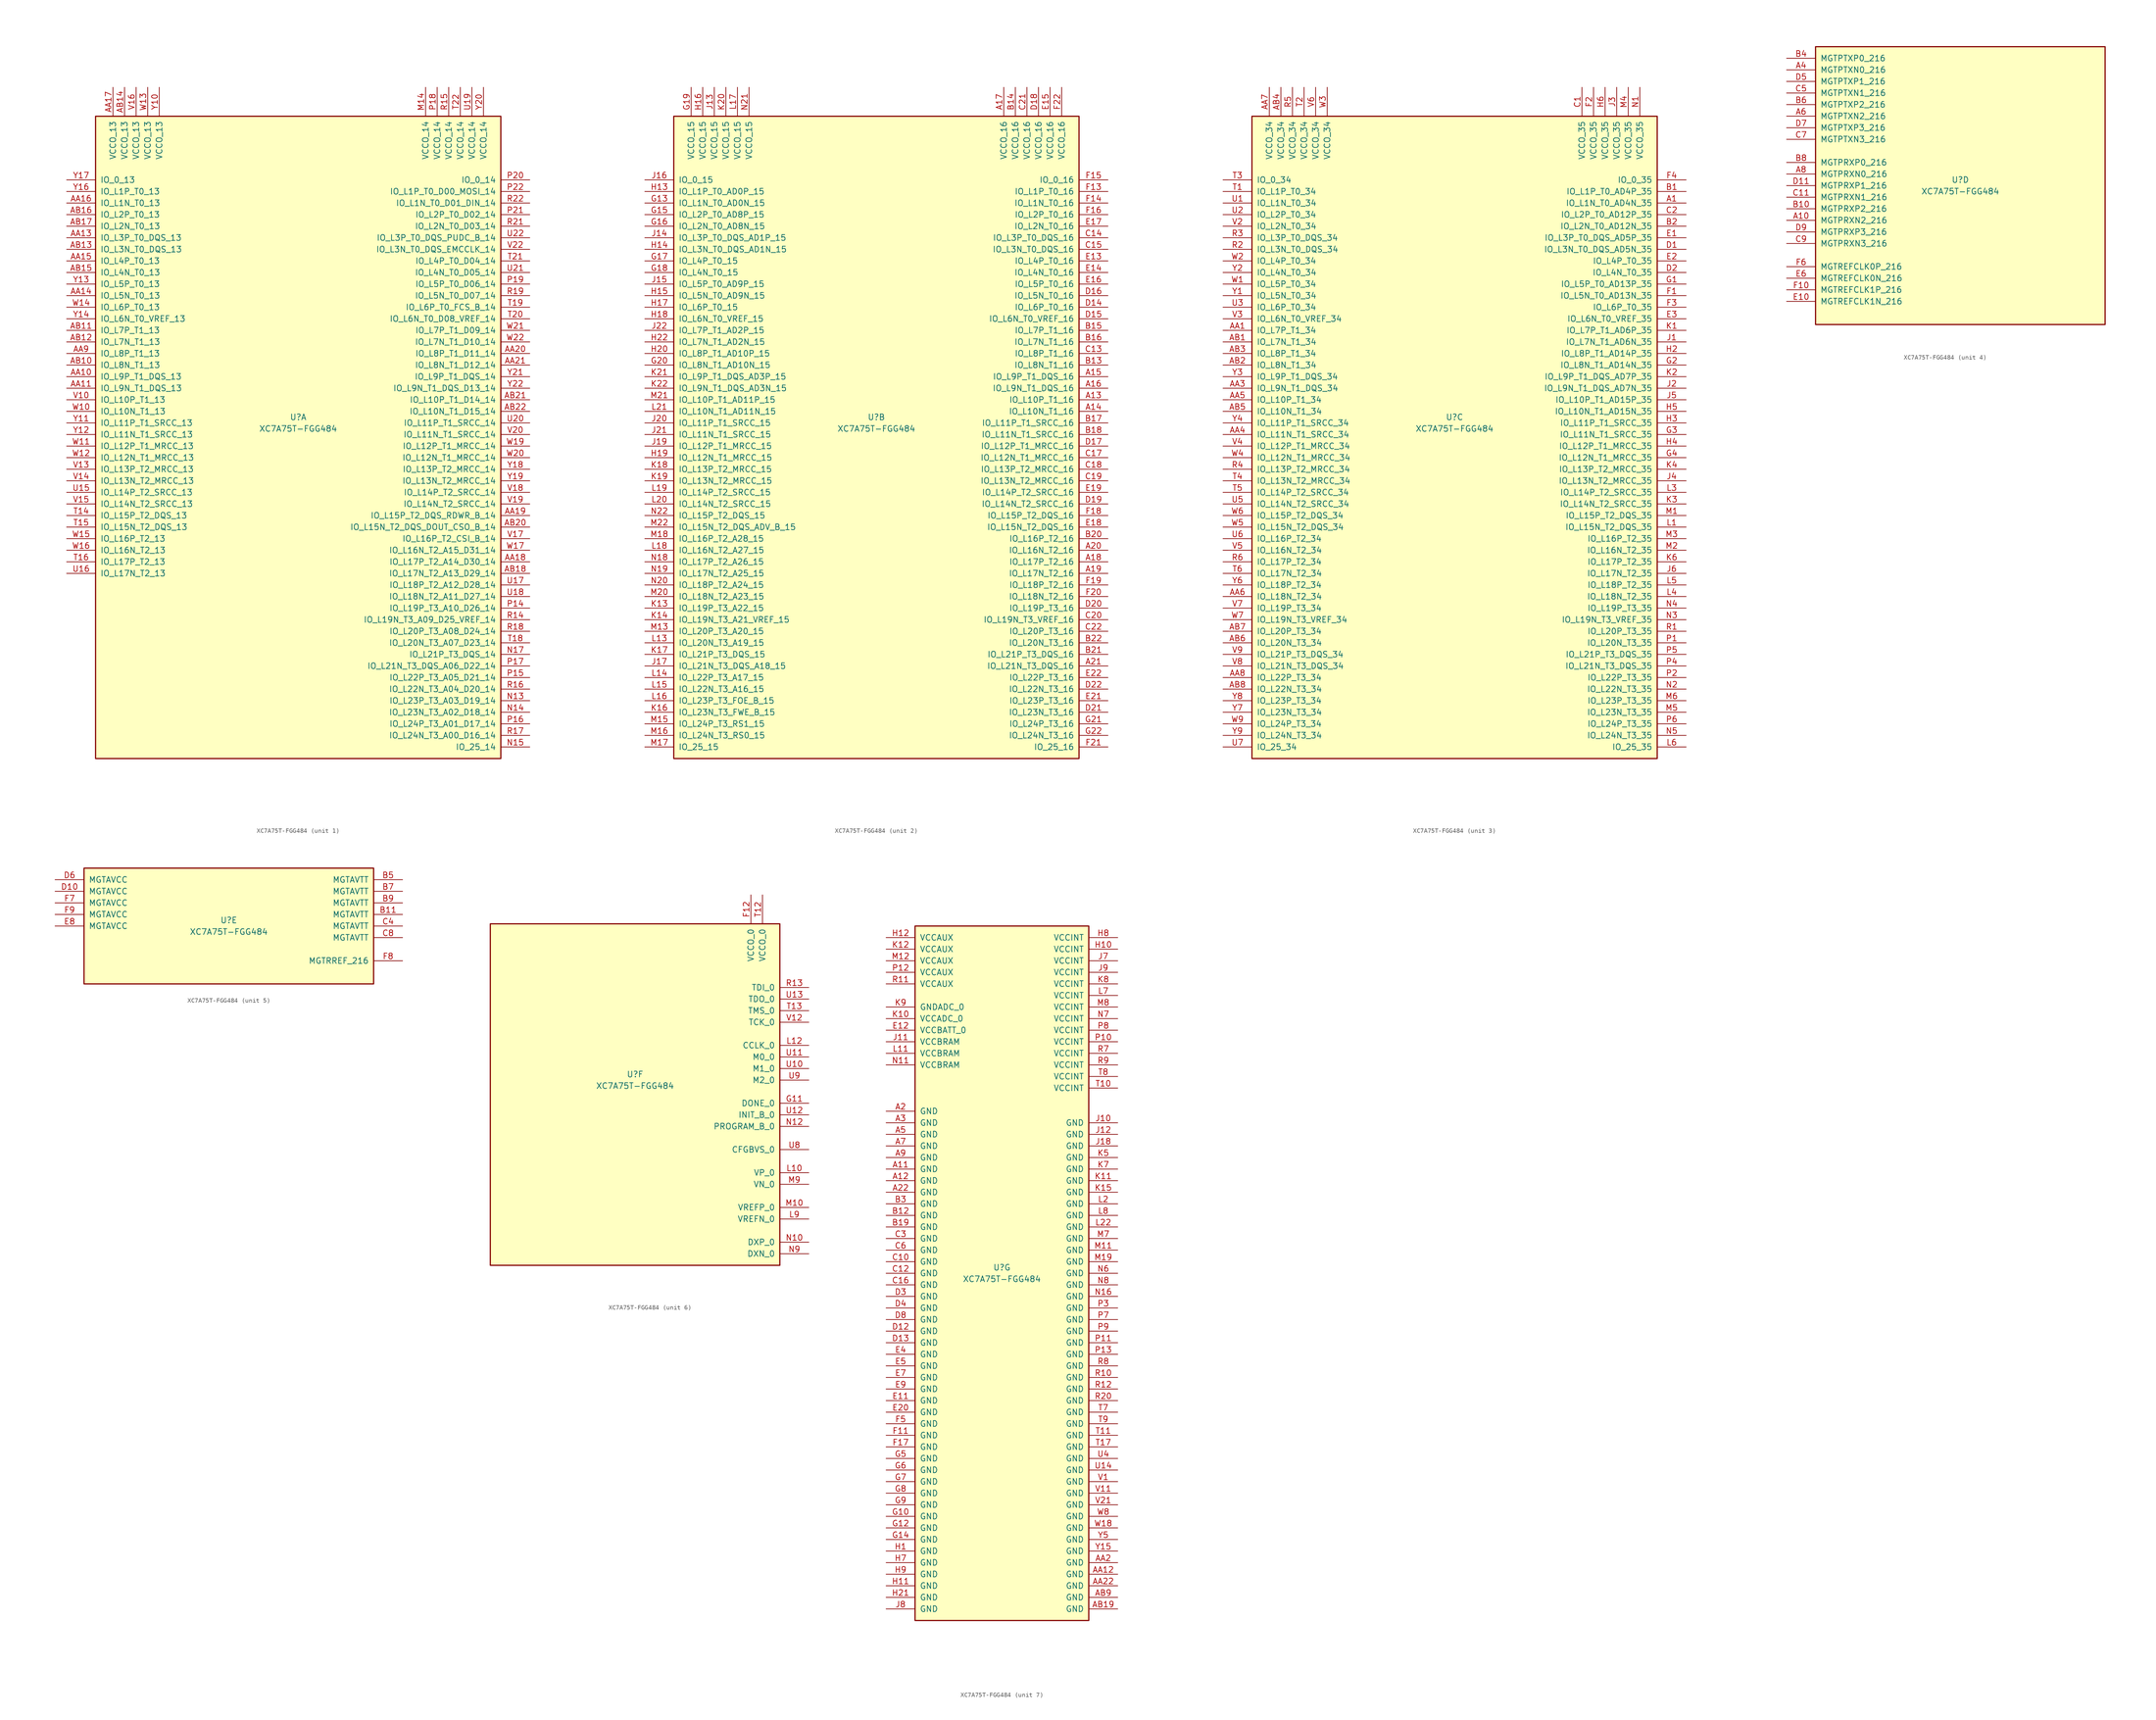
<source format=kicad_sym>
(kicad_symbol_lib
  (version 20201005)
  (generator kicad_symbol_editor)
  (symbol "XC7A75T-FGG484"
    (pin_names
      (offset 1.016))
    (property "Reference" "U"
      (at 0 1.27 0)
      (effects (font (size 1.27 1.27))))
    (property "Value" "XC7A75T-FGG484"
      (at 0 -1.27 0)
      (effects (font (size 1.27 1.27))))
    (property "Datasheet" ""
      (at 0 0 0)
      (effects (font (size 1.27 1.27))))
    (property "ki_locked" ""
      (at 0 0 0)
      (effects (font (size 1.27 1.27))))
    (symbol "XC7A75T-FGG484_1_1"
      (rectangle (start -44.45 67.31) (end 44.45 -73.66) (stroke (width 0.254)) (fill (type background)))
      (pin bidirectional line (at -50.8 10.16 0) (length 6.35) (name "IO_L9P_T1_DQS_13" (effects (font (size 1.27 1.27)))) (number "AA10" (effects (font (size 1.27 1.27)))))
      (pin bidirectional line (at -50.8 7.62 0) (length 6.35) (name "IO_L9N_T1_DQS_13" (effects (font (size 1.27 1.27)))) (number "AA11" (effects (font (size 1.27 1.27)))))
      (pin bidirectional line (at -50.8 40.64 0) (length 6.35) (name "IO_L3P_T0_DQS_13" (effects (font (size 1.27 1.27)))) (number "AA13" (effects (font (size 1.27 1.27)))))
      (pin bidirectional line (at -50.8 27.94 0) (length 6.35) (name "IO_L5N_T0_13" (effects (font (size 1.27 1.27)))) (number "AA14" (effects (font (size 1.27 1.27)))))
      (pin bidirectional line (at -50.8 35.56 0) (length 6.35) (name "IO_L4P_T0_13" (effects (font (size 1.27 1.27)))) (number "AA15" (effects (font (size 1.27 1.27)))))
      (pin bidirectional line (at -50.8 48.26 0) (length 6.35) (name "IO_L1N_T0_13" (effects (font (size 1.27 1.27)))) (number "AA16" (effects (font (size 1.27 1.27)))))
      (pin power_in line (at -40.64 73.66 270) (length 6.35) (name "VCCO_13" (effects (font (size 1.27 1.27)))) (number "AA17" (effects (font (size 1.27 1.27)))))
      (pin bidirectional line (at 50.8 -30.48 180) (length 6.35) (name "IO_L17P_T2_A14_D30_14" (effects (font (size 1.27 1.27)))) (number "AA18" (effects (font (size 1.27 1.27)))))
      (pin bidirectional line (at 50.8 -20.32 180) (length 6.35) (name "IO_L15P_T2_DQS_RDWR_B_14" (effects (font (size 1.27 1.27)))) (number "AA19" (effects (font (size 1.27 1.27)))))
      (pin bidirectional line (at 50.8 15.24 180) (length 6.35) (name "IO_L8P_T1_D11_14" (effects (font (size 1.27 1.27)))) (number "AA20" (effects (font (size 1.27 1.27)))))
      (pin bidirectional line (at 50.8 12.7 180) (length 6.35) (name "IO_L8N_T1_D12_14" (effects (font (size 1.27 1.27)))) (number "AA21" (effects (font (size 1.27 1.27)))))
      (pin bidirectional line (at -50.8 15.24 0) (length 6.35) (name "IO_L8P_T1_13" (effects (font (size 1.27 1.27)))) (number "AA9" (effects (font (size 1.27 1.27)))))
      (pin bidirectional line (at -50.8 12.7 0) (length 6.35) (name "IO_L8N_T1_13" (effects (font (size 1.27 1.27)))) (number "AB10" (effects (font (size 1.27 1.27)))))
      (pin bidirectional line (at -50.8 20.32 0) (length 6.35) (name "IO_L7P_T1_13" (effects (font (size 1.27 1.27)))) (number "AB11" (effects (font (size 1.27 1.27)))))
      (pin bidirectional line (at -50.8 17.78 0) (length 6.35) (name "IO_L7N_T1_13" (effects (font (size 1.27 1.27)))) (number "AB12" (effects (font (size 1.27 1.27)))))
      (pin bidirectional line (at -50.8 38.1 0) (length 6.35) (name "IO_L3N_T0_DQS_13" (effects (font (size 1.27 1.27)))) (number "AB13" (effects (font (size 1.27 1.27)))))
      (pin power_in line (at -38.1 73.66 270) (length 6.35) (name "VCCO_13" (effects (font (size 1.27 1.27)))) (number "AB14" (effects (font (size 1.27 1.27)))))
      (pin bidirectional line (at -50.8 33.02 0) (length 6.35) (name "IO_L4N_T0_13" (effects (font (size 1.27 1.27)))) (number "AB15" (effects (font (size 1.27 1.27)))))
      (pin bidirectional line (at -50.8 45.72 0) (length 6.35) (name "IO_L2P_T0_13" (effects (font (size 1.27 1.27)))) (number "AB16" (effects (font (size 1.27 1.27)))))
      (pin bidirectional line (at -50.8 43.18 0) (length 6.35) (name "IO_L2N_T0_13" (effects (font (size 1.27 1.27)))) (number "AB17" (effects (font (size 1.27 1.27)))))
      (pin bidirectional line (at 50.8 -33.02 180) (length 6.35) (name "IO_L17N_T2_A13_D29_14" (effects (font (size 1.27 1.27)))) (number "AB18" (effects (font (size 1.27 1.27)))))
      (pin bidirectional line (at 50.8 -22.86 180) (length 6.35) (name "IO_L15N_T2_DQS_DOUT_CSO_B_14" (effects (font (size 1.27 1.27)))) (number "AB20" (effects (font (size 1.27 1.27)))))
      (pin bidirectional line (at 50.8 5.08 180) (length 6.35) (name "IO_L10P_T1_D14_14" (effects (font (size 1.27 1.27)))) (number "AB21" (effects (font (size 1.27 1.27)))))
      (pin bidirectional line (at 50.8 2.54 180) (length 6.35) (name "IO_L10N_T1_D15_14" (effects (font (size 1.27 1.27)))) (number "AB22" (effects (font (size 1.27 1.27)))))
      (pin power_in line (at 27.94 73.66 270) (length 6.35) (name "VCCO_14" (effects (font (size 1.27 1.27)))) (number "M14" (effects (font (size 1.27 1.27)))))
      (pin bidirectional line (at 50.8 -60.96 180) (length 6.35) (name "IO_L23P_T3_A03_D19_14" (effects (font (size 1.27 1.27)))) (number "N13" (effects (font (size 1.27 1.27)))))
      (pin bidirectional line (at 50.8 -63.5 180) (length 6.35) (name "IO_L23N_T3_A02_D18_14" (effects (font (size 1.27 1.27)))) (number "N14" (effects (font (size 1.27 1.27)))))
      (pin bidirectional line (at 50.8 -71.12 180) (length 6.35) (name "IO_25_14" (effects (font (size 1.27 1.27)))) (number "N15" (effects (font (size 1.27 1.27)))))
      (pin bidirectional line (at 50.8 -50.8 180) (length 6.35) (name "IO_L21P_T3_DQS_14" (effects (font (size 1.27 1.27)))) (number "N17" (effects (font (size 1.27 1.27)))))
      (pin bidirectional line (at 50.8 -40.64 180) (length 6.35) (name "IO_L19P_T3_A10_D26_14" (effects (font (size 1.27 1.27)))) (number "P14" (effects (font (size 1.27 1.27)))))
      (pin bidirectional line (at 50.8 -55.88 180) (length 6.35) (name "IO_L22P_T3_A05_D21_14" (effects (font (size 1.27 1.27)))) (number "P15" (effects (font (size 1.27 1.27)))))
      (pin bidirectional line (at 50.8 -66.04 180) (length 6.35) (name "IO_L24P_T3_A01_D17_14" (effects (font (size 1.27 1.27)))) (number "P16" (effects (font (size 1.27 1.27)))))
      (pin bidirectional line (at 50.8 -53.34 180) (length 6.35) (name "IO_L21N_T3_DQS_A06_D22_14" (effects (font (size 1.27 1.27)))) (number "P17" (effects (font (size 1.27 1.27)))))
      (pin power_in line (at 30.48 73.66 270) (length 6.35) (name "VCCO_14" (effects (font (size 1.27 1.27)))) (number "P18" (effects (font (size 1.27 1.27)))))
      (pin bidirectional line (at 50.8 30.48 180) (length 6.35) (name "IO_L5P_T0_D06_14" (effects (font (size 1.27 1.27)))) (number "P19" (effects (font (size 1.27 1.27)))))
      (pin bidirectional line (at 50.8 53.34 180) (length 6.35) (name "IO_0_14" (effects (font (size 1.27 1.27)))) (number "P20" (effects (font (size 1.27 1.27)))))
      (pin bidirectional line (at 50.8 45.72 180) (length 6.35) (name "IO_L2P_T0_D02_14" (effects (font (size 1.27 1.27)))) (number "P21" (effects (font (size 1.27 1.27)))))
      (pin bidirectional line (at 50.8 50.8 180) (length 6.35) (name "IO_L1P_T0_D00_MOSI_14" (effects (font (size 1.27 1.27)))) (number "P22" (effects (font (size 1.27 1.27)))))
      (pin bidirectional line (at 50.8 -43.18 180) (length 6.35) (name "IO_L19N_T3_A09_D25_VREF_14" (effects (font (size 1.27 1.27)))) (number "R14" (effects (font (size 1.27 1.27)))))
      (pin power_in line (at 33.02 73.66 270) (length 6.35) (name "VCCO_14" (effects (font (size 1.27 1.27)))) (number "R15" (effects (font (size 1.27 1.27)))))
      (pin bidirectional line (at 50.8 -58.42 180) (length 6.35) (name "IO_L22N_T3_A04_D20_14" (effects (font (size 1.27 1.27)))) (number "R16" (effects (font (size 1.27 1.27)))))
      (pin bidirectional line (at 50.8 -68.58 180) (length 6.35) (name "IO_L24N_T3_A00_D16_14" (effects (font (size 1.27 1.27)))) (number "R17" (effects (font (size 1.27 1.27)))))
      (pin bidirectional line (at 50.8 -45.72 180) (length 6.35) (name "IO_L20P_T3_A08_D24_14" (effects (font (size 1.27 1.27)))) (number "R18" (effects (font (size 1.27 1.27)))))
      (pin bidirectional line (at 50.8 27.94 180) (length 6.35) (name "IO_L5N_T0_D07_14" (effects (font (size 1.27 1.27)))) (number "R19" (effects (font (size 1.27 1.27)))))
      (pin bidirectional line (at 50.8 43.18 180) (length 6.35) (name "IO_L2N_T0_D03_14" (effects (font (size 1.27 1.27)))) (number "R21" (effects (font (size 1.27 1.27)))))
      (pin bidirectional line (at 50.8 48.26 180) (length 6.35) (name "IO_L1N_T0_D01_DIN_14" (effects (font (size 1.27 1.27)))) (number "R22" (effects (font (size 1.27 1.27)))))
      (pin bidirectional line (at -50.8 -20.32 0) (length 6.35) (name "IO_L15P_T2_DQS_13" (effects (font (size 1.27 1.27)))) (number "T14" (effects (font (size 1.27 1.27)))))
      (pin bidirectional line (at -50.8 -22.86 0) (length 6.35) (name "IO_L15N_T2_DQS_13" (effects (font (size 1.27 1.27)))) (number "T15" (effects (font (size 1.27 1.27)))))
      (pin bidirectional line (at -50.8 -30.48 0) (length 6.35) (name "IO_L17P_T2_13" (effects (font (size 1.27 1.27)))) (number "T16" (effects (font (size 1.27 1.27)))))
      (pin bidirectional line (at 50.8 -48.26 180) (length 6.35) (name "IO_L20N_T3_A07_D23_14" (effects (font (size 1.27 1.27)))) (number "T18" (effects (font (size 1.27 1.27)))))
      (pin bidirectional line (at 50.8 25.4 180) (length 6.35) (name "IO_L6P_T0_FCS_B_14" (effects (font (size 1.27 1.27)))) (number "T19" (effects (font (size 1.27 1.27)))))
      (pin bidirectional line (at 50.8 22.86 180) (length 6.35) (name "IO_L6N_T0_D08_VREF_14" (effects (font (size 1.27 1.27)))) (number "T20" (effects (font (size 1.27 1.27)))))
      (pin bidirectional line (at 50.8 35.56 180) (length 6.35) (name "IO_L4P_T0_D04_14" (effects (font (size 1.27 1.27)))) (number "T21" (effects (font (size 1.27 1.27)))))
      (pin power_in line (at 35.56 73.66 270) (length 6.35) (name "VCCO_14" (effects (font (size 1.27 1.27)))) (number "T22" (effects (font (size 1.27 1.27)))))
      (pin bidirectional line (at -50.8 -15.24 0) (length 6.35) (name "IO_L14P_T2_SRCC_13" (effects (font (size 1.27 1.27)))) (number "U15" (effects (font (size 1.27 1.27)))))
      (pin bidirectional line (at -50.8 -33.02 0) (length 6.35) (name "IO_L17N_T2_13" (effects (font (size 1.27 1.27)))) (number "U16" (effects (font (size 1.27 1.27)))))
      (pin bidirectional line (at 50.8 -35.56 180) (length 6.35) (name "IO_L18P_T2_A12_D28_14" (effects (font (size 1.27 1.27)))) (number "U17" (effects (font (size 1.27 1.27)))))
      (pin bidirectional line (at 50.8 -38.1 180) (length 6.35) (name "IO_L18N_T2_A11_D27_14" (effects (font (size 1.27 1.27)))) (number "U18" (effects (font (size 1.27 1.27)))))
      (pin power_in line (at 38.1 73.66 270) (length 6.35) (name "VCCO_14" (effects (font (size 1.27 1.27)))) (number "U19" (effects (font (size 1.27 1.27)))))
      (pin bidirectional line (at 50.8 0 180) (length 6.35) (name "IO_L11P_T1_SRCC_14" (effects (font (size 1.27 1.27)))) (number "U20" (effects (font (size 1.27 1.27)))))
      (pin bidirectional line (at 50.8 33.02 180) (length 6.35) (name "IO_L4N_T0_D05_14" (effects (font (size 1.27 1.27)))) (number "U21" (effects (font (size 1.27 1.27)))))
      (pin bidirectional line (at 50.8 40.64 180) (length 6.35) (name "IO_L3P_T0_DQS_PUDC_B_14" (effects (font (size 1.27 1.27)))) (number "U22" (effects (font (size 1.27 1.27)))))
      (pin bidirectional line (at -50.8 5.08 0) (length 6.35) (name "IO_L10P_T1_13" (effects (font (size 1.27 1.27)))) (number "V10" (effects (font (size 1.27 1.27)))))
      (pin bidirectional line (at -50.8 -10.16 0) (length 6.35) (name "IO_L13P_T2_MRCC_13" (effects (font (size 1.27 1.27)))) (number "V13" (effects (font (size 1.27 1.27)))))
      (pin bidirectional line (at -50.8 -12.7 0) (length 6.35) (name "IO_L13N_T2_MRCC_13" (effects (font (size 1.27 1.27)))) (number "V14" (effects (font (size 1.27 1.27)))))
      (pin bidirectional line (at -50.8 -17.78 0) (length 6.35) (name "IO_L14N_T2_SRCC_13" (effects (font (size 1.27 1.27)))) (number "V15" (effects (font (size 1.27 1.27)))))
      (pin power_in line (at -35.56 73.66 270) (length 6.35) (name "VCCO_13" (effects (font (size 1.27 1.27)))) (number "V16" (effects (font (size 1.27 1.27)))))
      (pin bidirectional line (at 50.8 -25.4 180) (length 6.35) (name "IO_L16P_T2_CSI_B_14" (effects (font (size 1.27 1.27)))) (number "V17" (effects (font (size 1.27 1.27)))))
      (pin bidirectional line (at 50.8 -15.24 180) (length 6.35) (name "IO_L14P_T2_SRCC_14" (effects (font (size 1.27 1.27)))) (number "V18" (effects (font (size 1.27 1.27)))))
      (pin bidirectional line (at 50.8 -17.78 180) (length 6.35) (name "IO_L14N_T2_SRCC_14" (effects (font (size 1.27 1.27)))) (number "V19" (effects (font (size 1.27 1.27)))))
      (pin bidirectional line (at 50.8 -2.54 180) (length 6.35) (name "IO_L11N_T1_SRCC_14" (effects (font (size 1.27 1.27)))) (number "V20" (effects (font (size 1.27 1.27)))))
      (pin bidirectional line (at 50.8 38.1 180) (length 6.35) (name "IO_L3N_T0_DQS_EMCCLK_14" (effects (font (size 1.27 1.27)))) (number "V22" (effects (font (size 1.27 1.27)))))
      (pin bidirectional line (at -50.8 2.54 0) (length 6.35) (name "IO_L10N_T1_13" (effects (font (size 1.27 1.27)))) (number "W10" (effects (font (size 1.27 1.27)))))
      (pin bidirectional line (at -50.8 -5.08 0) (length 6.35) (name "IO_L12P_T1_MRCC_13" (effects (font (size 1.27 1.27)))) (number "W11" (effects (font (size 1.27 1.27)))))
      (pin bidirectional line (at -50.8 -7.62 0) (length 6.35) (name "IO_L12N_T1_MRCC_13" (effects (font (size 1.27 1.27)))) (number "W12" (effects (font (size 1.27 1.27)))))
      (pin power_in line (at -33.02 73.66 270) (length 6.35) (name "VCCO_13" (effects (font (size 1.27 1.27)))) (number "W13" (effects (font (size 1.27 1.27)))))
      (pin bidirectional line (at -50.8 25.4 0) (length 6.35) (name "IO_L6P_T0_13" (effects (font (size 1.27 1.27)))) (number "W14" (effects (font (size 1.27 1.27)))))
      (pin bidirectional line (at -50.8 -25.4 0) (length 6.35) (name "IO_L16P_T2_13" (effects (font (size 1.27 1.27)))) (number "W15" (effects (font (size 1.27 1.27)))))
      (pin bidirectional line (at -50.8 -27.94 0) (length 6.35) (name "IO_L16N_T2_13" (effects (font (size 1.27 1.27)))) (number "W16" (effects (font (size 1.27 1.27)))))
      (pin bidirectional line (at 50.8 -27.94 180) (length 6.35) (name "IO_L16N_T2_A15_D31_14" (effects (font (size 1.27 1.27)))) (number "W17" (effects (font (size 1.27 1.27)))))
      (pin bidirectional line (at 50.8 -5.08 180) (length 6.35) (name "IO_L12P_T1_MRCC_14" (effects (font (size 1.27 1.27)))) (number "W19" (effects (font (size 1.27 1.27)))))
      (pin bidirectional line (at 50.8 -7.62 180) (length 6.35) (name "IO_L12N_T1_MRCC_14" (effects (font (size 1.27 1.27)))) (number "W20" (effects (font (size 1.27 1.27)))))
      (pin bidirectional line (at 50.8 20.32 180) (length 6.35) (name "IO_L7P_T1_D09_14" (effects (font (size 1.27 1.27)))) (number "W21" (effects (font (size 1.27 1.27)))))
      (pin bidirectional line (at 50.8 17.78 180) (length 6.35) (name "IO_L7N_T1_D10_14" (effects (font (size 1.27 1.27)))) (number "W22" (effects (font (size 1.27 1.27)))))
      (pin power_in line (at -30.48 73.66 270) (length 6.35) (name "VCCO_13" (effects (font (size 1.27 1.27)))) (number "Y10" (effects (font (size 1.27 1.27)))))
      (pin bidirectional line (at -50.8 0 0) (length 6.35) (name "IO_L11P_T1_SRCC_13" (effects (font (size 1.27 1.27)))) (number "Y11" (effects (font (size 1.27 1.27)))))
      (pin bidirectional line (at -50.8 -2.54 0) (length 6.35) (name "IO_L11N_T1_SRCC_13" (effects (font (size 1.27 1.27)))) (number "Y12" (effects (font (size 1.27 1.27)))))
      (pin bidirectional line (at -50.8 30.48 0) (length 6.35) (name "IO_L5P_T0_13" (effects (font (size 1.27 1.27)))) (number "Y13" (effects (font (size 1.27 1.27)))))
      (pin bidirectional line (at -50.8 22.86 0) (length 6.35) (name "IO_L6N_T0_VREF_13" (effects (font (size 1.27 1.27)))) (number "Y14" (effects (font (size 1.27 1.27)))))
      (pin bidirectional line (at -50.8 50.8 0) (length 6.35) (name "IO_L1P_T0_13" (effects (font (size 1.27 1.27)))) (number "Y16" (effects (font (size 1.27 1.27)))))
      (pin bidirectional line (at -50.8 53.34 0) (length 6.35) (name "IO_0_13" (effects (font (size 1.27 1.27)))) (number "Y17" (effects (font (size 1.27 1.27)))))
      (pin bidirectional line (at 50.8 -10.16 180) (length 6.35) (name "IO_L13P_T2_MRCC_14" (effects (font (size 1.27 1.27)))) (number "Y18" (effects (font (size 1.27 1.27)))))
      (pin bidirectional line (at 50.8 -12.7 180) (length 6.35) (name "IO_L13N_T2_MRCC_14" (effects (font (size 1.27 1.27)))) (number "Y19" (effects (font (size 1.27 1.27)))))
      (pin power_in line (at 40.64 73.66 270) (length 6.35) (name "VCCO_14" (effects (font (size 1.27 1.27)))) (number "Y20" (effects (font (size 1.27 1.27)))))
      (pin bidirectional line (at 50.8 10.16 180) (length 6.35) (name "IO_L9P_T1_DQS_14" (effects (font (size 1.27 1.27)))) (number "Y21" (effects (font (size 1.27 1.27)))))
      (pin bidirectional line (at 50.8 7.62 180) (length 6.35) (name "IO_L9N_T1_DQS_D13_14" (effects (font (size 1.27 1.27)))) (number "Y22" (effects (font (size 1.27 1.27))))))
    (symbol "XC7A75T-FGG484_2_1"
      (rectangle (start -44.45 67.31) (end 44.45 -73.66) (stroke (width 0.254)) (fill (type background)))
      (pin bidirectional line (at 50.8 5.08 180) (length 6.35) (name "IO_L10P_T1_16" (effects (font (size 1.27 1.27)))) (number "A13" (effects (font (size 1.27 1.27)))))
      (pin bidirectional line (at 50.8 2.54 180) (length 6.35) (name "IO_L10N_T1_16" (effects (font (size 1.27 1.27)))) (number "A14" (effects (font (size 1.27 1.27)))))
      (pin bidirectional line (at 50.8 10.16 180) (length 6.35) (name "IO_L9P_T1_DQS_16" (effects (font (size 1.27 1.27)))) (number "A15" (effects (font (size 1.27 1.27)))))
      (pin bidirectional line (at 50.8 7.62 180) (length 6.35) (name "IO_L9N_T1_DQS_16" (effects (font (size 1.27 1.27)))) (number "A16" (effects (font (size 1.27 1.27)))))
      (pin power_in line (at 27.94 73.66 270) (length 6.35) (name "VCCO_16" (effects (font (size 1.27 1.27)))) (number "A17" (effects (font (size 1.27 1.27)))))
      (pin bidirectional line (at 50.8 -30.48 180) (length 6.35) (name "IO_L17P_T2_16" (effects (font (size 1.27 1.27)))) (number "A18" (effects (font (size 1.27 1.27)))))
      (pin bidirectional line (at 50.8 -33.02 180) (length 6.35) (name "IO_L17N_T2_16" (effects (font (size 1.27 1.27)))) (number "A19" (effects (font (size 1.27 1.27)))))
      (pin bidirectional line (at 50.8 -27.94 180) (length 6.35) (name "IO_L16N_T2_16" (effects (font (size 1.27 1.27)))) (number "A20" (effects (font (size 1.27 1.27)))))
      (pin bidirectional line (at 50.8 -53.34 180) (length 6.35) (name "IO_L21N_T3_DQS_16" (effects (font (size 1.27 1.27)))) (number "A21" (effects (font (size 1.27 1.27)))))
      (pin bidirectional line (at 50.8 12.7 180) (length 6.35) (name "IO_L8N_T1_16" (effects (font (size 1.27 1.27)))) (number "B13" (effects (font (size 1.27 1.27)))))
      (pin power_in line (at 30.48 73.66 270) (length 6.35) (name "VCCO_16" (effects (font (size 1.27 1.27)))) (number "B14" (effects (font (size 1.27 1.27)))))
      (pin bidirectional line (at 50.8 20.32 180) (length 6.35) (name "IO_L7P_T1_16" (effects (font (size 1.27 1.27)))) (number "B15" (effects (font (size 1.27 1.27)))))
      (pin bidirectional line (at 50.8 17.78 180) (length 6.35) (name "IO_L7N_T1_16" (effects (font (size 1.27 1.27)))) (number "B16" (effects (font (size 1.27 1.27)))))
      (pin bidirectional line (at 50.8 0 180) (length 6.35) (name "IO_L11P_T1_SRCC_16" (effects (font (size 1.27 1.27)))) (number "B17" (effects (font (size 1.27 1.27)))))
      (pin bidirectional line (at 50.8 -2.54 180) (length 6.35) (name "IO_L11N_T1_SRCC_16" (effects (font (size 1.27 1.27)))) (number "B18" (effects (font (size 1.27 1.27)))))
      (pin bidirectional line (at 50.8 -25.4 180) (length 6.35) (name "IO_L16P_T2_16" (effects (font (size 1.27 1.27)))) (number "B20" (effects (font (size 1.27 1.27)))))
      (pin bidirectional line (at 50.8 -50.8 180) (length 6.35) (name "IO_L21P_T3_DQS_16" (effects (font (size 1.27 1.27)))) (number "B21" (effects (font (size 1.27 1.27)))))
      (pin bidirectional line (at 50.8 -48.26 180) (length 6.35) (name "IO_L20N_T3_16" (effects (font (size 1.27 1.27)))) (number "B22" (effects (font (size 1.27 1.27)))))
      (pin bidirectional line (at 50.8 15.24 180) (length 6.35) (name "IO_L8P_T1_16" (effects (font (size 1.27 1.27)))) (number "C13" (effects (font (size 1.27 1.27)))))
      (pin bidirectional line (at 50.8 40.64 180) (length 6.35) (name "IO_L3P_T0_DQS_16" (effects (font (size 1.27 1.27)))) (number "C14" (effects (font (size 1.27 1.27)))))
      (pin bidirectional line (at 50.8 38.1 180) (length 6.35) (name "IO_L3N_T0_DQS_16" (effects (font (size 1.27 1.27)))) (number "C15" (effects (font (size 1.27 1.27)))))
      (pin bidirectional line (at 50.8 -7.62 180) (length 6.35) (name "IO_L12N_T1_MRCC_16" (effects (font (size 1.27 1.27)))) (number "C17" (effects (font (size 1.27 1.27)))))
      (pin bidirectional line (at 50.8 -10.16 180) (length 6.35) (name "IO_L13P_T2_MRCC_16" (effects (font (size 1.27 1.27)))) (number "C18" (effects (font (size 1.27 1.27)))))
      (pin bidirectional line (at 50.8 -12.7 180) (length 6.35) (name "IO_L13N_T2_MRCC_16" (effects (font (size 1.27 1.27)))) (number "C19" (effects (font (size 1.27 1.27)))))
      (pin bidirectional line (at 50.8 -43.18 180) (length 6.35) (name "IO_L19N_T3_VREF_16" (effects (font (size 1.27 1.27)))) (number "C20" (effects (font (size 1.27 1.27)))))
      (pin power_in line (at 33.02 73.66 270) (length 6.35) (name "VCCO_16" (effects (font (size 1.27 1.27)))) (number "C21" (effects (font (size 1.27 1.27)))))
      (pin bidirectional line (at 50.8 -45.72 180) (length 6.35) (name "IO_L20P_T3_16" (effects (font (size 1.27 1.27)))) (number "C22" (effects (font (size 1.27 1.27)))))
      (pin bidirectional line (at 50.8 25.4 180) (length 6.35) (name "IO_L6P_T0_16" (effects (font (size 1.27 1.27)))) (number "D14" (effects (font (size 1.27 1.27)))))
      (pin bidirectional line (at 50.8 22.86 180) (length 6.35) (name "IO_L6N_T0_VREF_16" (effects (font (size 1.27 1.27)))) (number "D15" (effects (font (size 1.27 1.27)))))
      (pin bidirectional line (at 50.8 27.94 180) (length 6.35) (name "IO_L5N_T0_16" (effects (font (size 1.27 1.27)))) (number "D16" (effects (font (size 1.27 1.27)))))
      (pin bidirectional line (at 50.8 -5.08 180) (length 6.35) (name "IO_L12P_T1_MRCC_16" (effects (font (size 1.27 1.27)))) (number "D17" (effects (font (size 1.27 1.27)))))
      (pin power_in line (at 35.56 73.66 270) (length 6.35) (name "VCCO_16" (effects (font (size 1.27 1.27)))) (number "D18" (effects (font (size 1.27 1.27)))))
      (pin bidirectional line (at 50.8 -17.78 180) (length 6.35) (name "IO_L14N_T2_SRCC_16" (effects (font (size 1.27 1.27)))) (number "D19" (effects (font (size 1.27 1.27)))))
      (pin bidirectional line (at 50.8 -40.64 180) (length 6.35) (name "IO_L19P_T3_16" (effects (font (size 1.27 1.27)))) (number "D20" (effects (font (size 1.27 1.27)))))
      (pin bidirectional line (at 50.8 -63.5 180) (length 6.35) (name "IO_L23N_T3_16" (effects (font (size 1.27 1.27)))) (number "D21" (effects (font (size 1.27 1.27)))))
      (pin bidirectional line (at 50.8 -58.42 180) (length 6.35) (name "IO_L22N_T3_16" (effects (font (size 1.27 1.27)))) (number "D22" (effects (font (size 1.27 1.27)))))
      (pin bidirectional line (at 50.8 35.56 180) (length 6.35) (name "IO_L4P_T0_16" (effects (font (size 1.27 1.27)))) (number "E13" (effects (font (size 1.27 1.27)))))
      (pin bidirectional line (at 50.8 33.02 180) (length 6.35) (name "IO_L4N_T0_16" (effects (font (size 1.27 1.27)))) (number "E14" (effects (font (size 1.27 1.27)))))
      (pin power_in line (at 38.1 73.66 270) (length 6.35) (name "VCCO_16" (effects (font (size 1.27 1.27)))) (number "E15" (effects (font (size 1.27 1.27)))))
      (pin bidirectional line (at 50.8 30.48 180) (length 6.35) (name "IO_L5P_T0_16" (effects (font (size 1.27 1.27)))) (number "E16" (effects (font (size 1.27 1.27)))))
      (pin bidirectional line (at 50.8 43.18 180) (length 6.35) (name "IO_L2N_T0_16" (effects (font (size 1.27 1.27)))) (number "E17" (effects (font (size 1.27 1.27)))))
      (pin bidirectional line (at 50.8 -22.86 180) (length 6.35) (name "IO_L15N_T2_DQS_16" (effects (font (size 1.27 1.27)))) (number "E18" (effects (font (size 1.27 1.27)))))
      (pin bidirectional line (at 50.8 -15.24 180) (length 6.35) (name "IO_L14P_T2_SRCC_16" (effects (font (size 1.27 1.27)))) (number "E19" (effects (font (size 1.27 1.27)))))
      (pin bidirectional line (at 50.8 -60.96 180) (length 6.35) (name "IO_L23P_T3_16" (effects (font (size 1.27 1.27)))) (number "E21" (effects (font (size 1.27 1.27)))))
      (pin bidirectional line (at 50.8 -55.88 180) (length 6.35) (name "IO_L22P_T3_16" (effects (font (size 1.27 1.27)))) (number "E22" (effects (font (size 1.27 1.27)))))
      (pin bidirectional line (at 50.8 50.8 180) (length 6.35) (name "IO_L1P_T0_16" (effects (font (size 1.27 1.27)))) (number "F13" (effects (font (size 1.27 1.27)))))
      (pin bidirectional line (at 50.8 48.26 180) (length 6.35) (name "IO_L1N_T0_16" (effects (font (size 1.27 1.27)))) (number "F14" (effects (font (size 1.27 1.27)))))
      (pin bidirectional line (at 50.8 53.34 180) (length 6.35) (name "IO_0_16" (effects (font (size 1.27 1.27)))) (number "F15" (effects (font (size 1.27 1.27)))))
      (pin bidirectional line (at 50.8 45.72 180) (length 6.35) (name "IO_L2P_T0_16" (effects (font (size 1.27 1.27)))) (number "F16" (effects (font (size 1.27 1.27)))))
      (pin bidirectional line (at 50.8 -20.32 180) (length 6.35) (name "IO_L15P_T2_DQS_16" (effects (font (size 1.27 1.27)))) (number "F18" (effects (font (size 1.27 1.27)))))
      (pin bidirectional line (at 50.8 -35.56 180) (length 6.35) (name "IO_L18P_T2_16" (effects (font (size 1.27 1.27)))) (number "F19" (effects (font (size 1.27 1.27)))))
      (pin bidirectional line (at 50.8 -38.1 180) (length 6.35) (name "IO_L18N_T2_16" (effects (font (size 1.27 1.27)))) (number "F20" (effects (font (size 1.27 1.27)))))
      (pin bidirectional line (at 50.8 -71.12 180) (length 6.35) (name "IO_25_16" (effects (font (size 1.27 1.27)))) (number "F21" (effects (font (size 1.27 1.27)))))
      (pin power_in line (at 40.64 73.66 270) (length 6.35) (name "VCCO_16" (effects (font (size 1.27 1.27)))) (number "F22" (effects (font (size 1.27 1.27)))))
      (pin bidirectional line (at -50.8 48.26 0) (length 6.35) (name "IO_L1N_T0_AD0N_15" (effects (font (size 1.27 1.27)))) (number "G13" (effects (font (size 1.27 1.27)))))
      (pin bidirectional line (at -50.8 45.72 0) (length 6.35) (name "IO_L2P_T0_AD8P_15" (effects (font (size 1.27 1.27)))) (number "G15" (effects (font (size 1.27 1.27)))))
      (pin bidirectional line (at -50.8 43.18 0) (length 6.35) (name "IO_L2N_T0_AD8N_15" (effects (font (size 1.27 1.27)))) (number "G16" (effects (font (size 1.27 1.27)))))
      (pin bidirectional line (at -50.8 35.56 0) (length 6.35) (name "IO_L4P_T0_15" (effects (font (size 1.27 1.27)))) (number "G17" (effects (font (size 1.27 1.27)))))
      (pin bidirectional line (at -50.8 33.02 0) (length 6.35) (name "IO_L4N_T0_15" (effects (font (size 1.27 1.27)))) (number "G18" (effects (font (size 1.27 1.27)))))
      (pin power_in line (at -40.64 73.66 270) (length 6.35) (name "VCCO_15" (effects (font (size 1.27 1.27)))) (number "G19" (effects (font (size 1.27 1.27)))))
      (pin bidirectional line (at -50.8 12.7 0) (length 6.35) (name "IO_L8N_T1_AD10N_15" (effects (font (size 1.27 1.27)))) (number "G20" (effects (font (size 1.27 1.27)))))
      (pin bidirectional line (at 50.8 -66.04 180) (length 6.35) (name "IO_L24P_T3_16" (effects (font (size 1.27 1.27)))) (number "G21" (effects (font (size 1.27 1.27)))))
      (pin bidirectional line (at 50.8 -68.58 180) (length 6.35) (name "IO_L24N_T3_16" (effects (font (size 1.27 1.27)))) (number "G22" (effects (font (size 1.27 1.27)))))
      (pin bidirectional line (at -50.8 50.8 0) (length 6.35) (name "IO_L1P_T0_AD0P_15" (effects (font (size 1.27 1.27)))) (number "H13" (effects (font (size 1.27 1.27)))))
      (pin bidirectional line (at -50.8 38.1 0) (length 6.35) (name "IO_L3N_T0_DQS_AD1N_15" (effects (font (size 1.27 1.27)))) (number "H14" (effects (font (size 1.27 1.27)))))
      (pin bidirectional line (at -50.8 27.94 0) (length 6.35) (name "IO_L5N_T0_AD9N_15" (effects (font (size 1.27 1.27)))) (number "H15" (effects (font (size 1.27 1.27)))))
      (pin power_in line (at -38.1 73.66 270) (length 6.35) (name "VCCO_15" (effects (font (size 1.27 1.27)))) (number "H16" (effects (font (size 1.27 1.27)))))
      (pin bidirectional line (at -50.8 25.4 0) (length 6.35) (name "IO_L6P_T0_15" (effects (font (size 1.27 1.27)))) (number "H17" (effects (font (size 1.27 1.27)))))
      (pin bidirectional line (at -50.8 22.86 0) (length 6.35) (name "IO_L6N_T0_VREF_15" (effects (font (size 1.27 1.27)))) (number "H18" (effects (font (size 1.27 1.27)))))
      (pin bidirectional line (at -50.8 -7.62 0) (length 6.35) (name "IO_L12N_T1_MRCC_15" (effects (font (size 1.27 1.27)))) (number "H19" (effects (font (size 1.27 1.27)))))
      (pin bidirectional line (at -50.8 15.24 0) (length 6.35) (name "IO_L8P_T1_AD10P_15" (effects (font (size 1.27 1.27)))) (number "H20" (effects (font (size 1.27 1.27)))))
      (pin bidirectional line (at -50.8 17.78 0) (length 6.35) (name "IO_L7N_T1_AD2N_15" (effects (font (size 1.27 1.27)))) (number "H22" (effects (font (size 1.27 1.27)))))
      (pin power_in line (at -35.56 73.66 270) (length 6.35) (name "VCCO_15" (effects (font (size 1.27 1.27)))) (number "J13" (effects (font (size 1.27 1.27)))))
      (pin bidirectional line (at -50.8 40.64 0) (length 6.35) (name "IO_L3P_T0_DQS_AD1P_15" (effects (font (size 1.27 1.27)))) (number "J14" (effects (font (size 1.27 1.27)))))
      (pin bidirectional line (at -50.8 30.48 0) (length 6.35) (name "IO_L5P_T0_AD9P_15" (effects (font (size 1.27 1.27)))) (number "J15" (effects (font (size 1.27 1.27)))))
      (pin bidirectional line (at -50.8 53.34 0) (length 6.35) (name "IO_0_15" (effects (font (size 1.27 1.27)))) (number "J16" (effects (font (size 1.27 1.27)))))
      (pin bidirectional line (at -50.8 -53.34 0) (length 6.35) (name "IO_L21N_T3_DQS_A18_15" (effects (font (size 1.27 1.27)))) (number "J17" (effects (font (size 1.27 1.27)))))
      (pin bidirectional line (at -50.8 -5.08 0) (length 6.35) (name "IO_L12P_T1_MRCC_15" (effects (font (size 1.27 1.27)))) (number "J19" (effects (font (size 1.27 1.27)))))
      (pin bidirectional line (at -50.8 0 0) (length 6.35) (name "IO_L11P_T1_SRCC_15" (effects (font (size 1.27 1.27)))) (number "J20" (effects (font (size 1.27 1.27)))))
      (pin bidirectional line (at -50.8 -2.54 0) (length 6.35) (name "IO_L11N_T1_SRCC_15" (effects (font (size 1.27 1.27)))) (number "J21" (effects (font (size 1.27 1.27)))))
      (pin bidirectional line (at -50.8 20.32 0) (length 6.35) (name "IO_L7P_T1_AD2P_15" (effects (font (size 1.27 1.27)))) (number "J22" (effects (font (size 1.27 1.27)))))
      (pin bidirectional line (at -50.8 -40.64 0) (length 6.35) (name "IO_L19P_T3_A22_15" (effects (font (size 1.27 1.27)))) (number "K13" (effects (font (size 1.27 1.27)))))
      (pin bidirectional line (at -50.8 -43.18 0) (length 6.35) (name "IO_L19N_T3_A21_VREF_15" (effects (font (size 1.27 1.27)))) (number "K14" (effects (font (size 1.27 1.27)))))
      (pin bidirectional line (at -50.8 -63.5 0) (length 6.35) (name "IO_L23N_T3_FWE_B_15" (effects (font (size 1.27 1.27)))) (number "K16" (effects (font (size 1.27 1.27)))))
      (pin bidirectional line (at -50.8 -50.8 0) (length 6.35) (name "IO_L21P_T3_DQS_15" (effects (font (size 1.27 1.27)))) (number "K17" (effects (font (size 1.27 1.27)))))
      (pin bidirectional line (at -50.8 -10.16 0) (length 6.35) (name "IO_L13P_T2_MRCC_15" (effects (font (size 1.27 1.27)))) (number "K18" (effects (font (size 1.27 1.27)))))
      (pin bidirectional line (at -50.8 -12.7 0) (length 6.35) (name "IO_L13N_T2_MRCC_15" (effects (font (size 1.27 1.27)))) (number "K19" (effects (font (size 1.27 1.27)))))
      (pin power_in line (at -33.02 73.66 270) (length 6.35) (name "VCCO_15" (effects (font (size 1.27 1.27)))) (number "K20" (effects (font (size 1.27 1.27)))))
      (pin bidirectional line (at -50.8 10.16 0) (length 6.35) (name "IO_L9P_T1_DQS_AD3P_15" (effects (font (size 1.27 1.27)))) (number "K21" (effects (font (size 1.27 1.27)))))
      (pin bidirectional line (at -50.8 7.62 0) (length 6.35) (name "IO_L9N_T1_DQS_AD3N_15" (effects (font (size 1.27 1.27)))) (number "K22" (effects (font (size 1.27 1.27)))))
      (pin bidirectional line (at -50.8 -48.26 0) (length 6.35) (name "IO_L20N_T3_A19_15" (effects (font (size 1.27 1.27)))) (number "L13" (effects (font (size 1.27 1.27)))))
      (pin bidirectional line (at -50.8 -55.88 0) (length 6.35) (name "IO_L22P_T3_A17_15" (effects (font (size 1.27 1.27)))) (number "L14" (effects (font (size 1.27 1.27)))))
      (pin bidirectional line (at -50.8 -58.42 0) (length 6.35) (name "IO_L22N_T3_A16_15" (effects (font (size 1.27 1.27)))) (number "L15" (effects (font (size 1.27 1.27)))))
      (pin bidirectional line (at -50.8 -60.96 0) (length 6.35) (name "IO_L23P_T3_FOE_B_15" (effects (font (size 1.27 1.27)))) (number "L16" (effects (font (size 1.27 1.27)))))
      (pin power_in line (at -30.48 73.66 270) (length 6.35) (name "VCCO_15" (effects (font (size 1.27 1.27)))) (number "L17" (effects (font (size 1.27 1.27)))))
      (pin bidirectional line (at -50.8 -27.94 0) (length 6.35) (name "IO_L16N_T2_A27_15" (effects (font (size 1.27 1.27)))) (number "L18" (effects (font (size 1.27 1.27)))))
      (pin bidirectional line (at -50.8 -15.24 0) (length 6.35) (name "IO_L14P_T2_SRCC_15" (effects (font (size 1.27 1.27)))) (number "L19" (effects (font (size 1.27 1.27)))))
      (pin bidirectional line (at -50.8 -17.78 0) (length 6.35) (name "IO_L14N_T2_SRCC_15" (effects (font (size 1.27 1.27)))) (number "L20" (effects (font (size 1.27 1.27)))))
      (pin bidirectional line (at -50.8 2.54 0) (length 6.35) (name "IO_L10N_T1_AD11N_15" (effects (font (size 1.27 1.27)))) (number "L21" (effects (font (size 1.27 1.27)))))
      (pin bidirectional line (at -50.8 -45.72 0) (length 6.35) (name "IO_L20P_T3_A20_15" (effects (font (size 1.27 1.27)))) (number "M13" (effects (font (size 1.27 1.27)))))
      (pin bidirectional line (at -50.8 -66.04 0) (length 6.35) (name "IO_L24P_T3_RS1_15" (effects (font (size 1.27 1.27)))) (number "M15" (effects (font (size 1.27 1.27)))))
      (pin bidirectional line (at -50.8 -68.58 0) (length 6.35) (name "IO_L24N_T3_RS0_15" (effects (font (size 1.27 1.27)))) (number "M16" (effects (font (size 1.27 1.27)))))
      (pin bidirectional line (at -50.8 -71.12 0) (length 6.35) (name "IO_25_15" (effects (font (size 1.27 1.27)))) (number "M17" (effects (font (size 1.27 1.27)))))
      (pin bidirectional line (at -50.8 -25.4 0) (length 6.35) (name "IO_L16P_T2_A28_15" (effects (font (size 1.27 1.27)))) (number "M18" (effects (font (size 1.27 1.27)))))
      (pin bidirectional line (at -50.8 -38.1 0) (length 6.35) (name "IO_L18N_T2_A23_15" (effects (font (size 1.27 1.27)))) (number "M20" (effects (font (size 1.27 1.27)))))
      (pin bidirectional line (at -50.8 5.08 0) (length 6.35) (name "IO_L10P_T1_AD11P_15" (effects (font (size 1.27 1.27)))) (number "M21" (effects (font (size 1.27 1.27)))))
      (pin bidirectional line (at -50.8 -22.86 0) (length 6.35) (name "IO_L15N_T2_DQS_ADV_B_15" (effects (font (size 1.27 1.27)))) (number "M22" (effects (font (size 1.27 1.27)))))
      (pin bidirectional line (at -50.8 -30.48 0) (length 6.35) (name "IO_L17P_T2_A26_15" (effects (font (size 1.27 1.27)))) (number "N18" (effects (font (size 1.27 1.27)))))
      (pin bidirectional line (at -50.8 -33.02 0) (length 6.35) (name "IO_L17N_T2_A25_15" (effects (font (size 1.27 1.27)))) (number "N19" (effects (font (size 1.27 1.27)))))
      (pin bidirectional line (at -50.8 -35.56 0) (length 6.35) (name "IO_L18P_T2_A24_15" (effects (font (size 1.27 1.27)))) (number "N20" (effects (font (size 1.27 1.27)))))
      (pin power_in line (at -27.94 73.66 270) (length 6.35) (name "VCCO_15" (effects (font (size 1.27 1.27)))) (number "N21" (effects (font (size 1.27 1.27)))))
      (pin bidirectional line (at -50.8 -20.32 0) (length 6.35) (name "IO_L15P_T2_DQS_15" (effects (font (size 1.27 1.27)))) (number "N22" (effects (font (size 1.27 1.27))))))
    (symbol "XC7A75T-FGG484_3_1"
      (rectangle (start -44.45 67.31) (end 44.45 -73.66) (stroke (width 0.254)) (fill (type background)))
      (pin bidirectional line (at 50.8 48.26 180) (length 6.35) (name "IO_L1N_T0_AD4N_35" (effects (font (size 1.27 1.27)))) (number "A1" (effects (font (size 1.27 1.27)))))
      (pin bidirectional line (at -50.8 20.32 0) (length 6.35) (name "IO_L7P_T1_34" (effects (font (size 1.27 1.27)))) (number "AA1" (effects (font (size 1.27 1.27)))))
      (pin bidirectional line (at -50.8 7.62 0) (length 6.35) (name "IO_L9N_T1_DQS_34" (effects (font (size 1.27 1.27)))) (number "AA3" (effects (font (size 1.27 1.27)))))
      (pin bidirectional line (at -50.8 -2.54 0) (length 6.35) (name "IO_L11N_T1_SRCC_34" (effects (font (size 1.27 1.27)))) (number "AA4" (effects (font (size 1.27 1.27)))))
      (pin bidirectional line (at -50.8 5.08 0) (length 6.35) (name "IO_L10P_T1_34" (effects (font (size 1.27 1.27)))) (number "AA5" (effects (font (size 1.27 1.27)))))
      (pin bidirectional line (at -50.8 -38.1 0) (length 6.35) (name "IO_L18N_T2_34" (effects (font (size 1.27 1.27)))) (number "AA6" (effects (font (size 1.27 1.27)))))
      (pin power_in line (at -40.64 73.66 270) (length 6.35) (name "VCCO_34" (effects (font (size 1.27 1.27)))) (number "AA7" (effects (font (size 1.27 1.27)))))
      (pin bidirectional line (at -50.8 -55.88 0) (length 6.35) (name "IO_L22P_T3_34" (effects (font (size 1.27 1.27)))) (number "AA8" (effects (font (size 1.27 1.27)))))
      (pin bidirectional line (at -50.8 17.78 0) (length 6.35) (name "IO_L7N_T1_34" (effects (font (size 1.27 1.27)))) (number "AB1" (effects (font (size 1.27 1.27)))))
      (pin bidirectional line (at -50.8 12.7 0) (length 6.35) (name "IO_L8N_T1_34" (effects (font (size 1.27 1.27)))) (number "AB2" (effects (font (size 1.27 1.27)))))
      (pin bidirectional line (at -50.8 15.24 0) (length 6.35) (name "IO_L8P_T1_34" (effects (font (size 1.27 1.27)))) (number "AB3" (effects (font (size 1.27 1.27)))))
      (pin power_in line (at -38.1 73.66 270) (length 6.35) (name "VCCO_34" (effects (font (size 1.27 1.27)))) (number "AB4" (effects (font (size 1.27 1.27)))))
      (pin bidirectional line (at -50.8 2.54 0) (length 6.35) (name "IO_L10N_T1_34" (effects (font (size 1.27 1.27)))) (number "AB5" (effects (font (size 1.27 1.27)))))
      (pin bidirectional line (at -50.8 -48.26 0) (length 6.35) (name "IO_L20N_T3_34" (effects (font (size 1.27 1.27)))) (number "AB6" (effects (font (size 1.27 1.27)))))
      (pin bidirectional line (at -50.8 -45.72 0) (length 6.35) (name "IO_L20P_T3_34" (effects (font (size 1.27 1.27)))) (number "AB7" (effects (font (size 1.27 1.27)))))
      (pin bidirectional line (at -50.8 -58.42 0) (length 6.35) (name "IO_L22N_T3_34" (effects (font (size 1.27 1.27)))) (number "AB8" (effects (font (size 1.27 1.27)))))
      (pin bidirectional line (at 50.8 50.8 180) (length 6.35) (name "IO_L1P_T0_AD4P_35" (effects (font (size 1.27 1.27)))) (number "B1" (effects (font (size 1.27 1.27)))))
      (pin bidirectional line (at 50.8 43.18 180) (length 6.35) (name "IO_L2N_T0_AD12N_35" (effects (font (size 1.27 1.27)))) (number "B2" (effects (font (size 1.27 1.27)))))
      (pin power_in line (at 27.94 73.66 270) (length 6.35) (name "VCCO_35" (effects (font (size 1.27 1.27)))) (number "C1" (effects (font (size 1.27 1.27)))))
      (pin bidirectional line (at 50.8 45.72 180) (length 6.35) (name "IO_L2P_T0_AD12P_35" (effects (font (size 1.27 1.27)))) (number "C2" (effects (font (size 1.27 1.27)))))
      (pin bidirectional line (at 50.8 38.1 180) (length 6.35) (name "IO_L3N_T0_DQS_AD5N_35" (effects (font (size 1.27 1.27)))) (number "D1" (effects (font (size 1.27 1.27)))))
      (pin bidirectional line (at 50.8 33.02 180) (length 6.35) (name "IO_L4N_T0_35" (effects (font (size 1.27 1.27)))) (number "D2" (effects (font (size 1.27 1.27)))))
      (pin bidirectional line (at 50.8 40.64 180) (length 6.35) (name "IO_L3P_T0_DQS_AD5P_35" (effects (font (size 1.27 1.27)))) (number "E1" (effects (font (size 1.27 1.27)))))
      (pin bidirectional line (at 50.8 35.56 180) (length 6.35) (name "IO_L4P_T0_35" (effects (font (size 1.27 1.27)))) (number "E2" (effects (font (size 1.27 1.27)))))
      (pin bidirectional line (at 50.8 22.86 180) (length 6.35) (name "IO_L6N_T0_VREF_35" (effects (font (size 1.27 1.27)))) (number "E3" (effects (font (size 1.27 1.27)))))
      (pin bidirectional line (at 50.8 27.94 180) (length 6.35) (name "IO_L5N_T0_AD13N_35" (effects (font (size 1.27 1.27)))) (number "F1" (effects (font (size 1.27 1.27)))))
      (pin power_in line (at 30.48 73.66 270) (length 6.35) (name "VCCO_35" (effects (font (size 1.27 1.27)))) (number "F2" (effects (font (size 1.27 1.27)))))
      (pin bidirectional line (at 50.8 25.4 180) (length 6.35) (name "IO_L6P_T0_35" (effects (font (size 1.27 1.27)))) (number "F3" (effects (font (size 1.27 1.27)))))
      (pin bidirectional line (at 50.8 53.34 180) (length 6.35) (name "IO_0_35" (effects (font (size 1.27 1.27)))) (number "F4" (effects (font (size 1.27 1.27)))))
      (pin bidirectional line (at 50.8 30.48 180) (length 6.35) (name "IO_L5P_T0_AD13P_35" (effects (font (size 1.27 1.27)))) (number "G1" (effects (font (size 1.27 1.27)))))
      (pin bidirectional line (at 50.8 12.7 180) (length 6.35) (name "IO_L8N_T1_AD14N_35" (effects (font (size 1.27 1.27)))) (number "G2" (effects (font (size 1.27 1.27)))))
      (pin bidirectional line (at 50.8 -2.54 180) (length 6.35) (name "IO_L11N_T1_SRCC_35" (effects (font (size 1.27 1.27)))) (number "G3" (effects (font (size 1.27 1.27)))))
      (pin bidirectional line (at 50.8 -7.62 180) (length 6.35) (name "IO_L12N_T1_MRCC_35" (effects (font (size 1.27 1.27)))) (number "G4" (effects (font (size 1.27 1.27)))))
      (pin bidirectional line (at 50.8 15.24 180) (length 6.35) (name "IO_L8P_T1_AD14P_35" (effects (font (size 1.27 1.27)))) (number "H2" (effects (font (size 1.27 1.27)))))
      (pin bidirectional line (at 50.8 0 180) (length 6.35) (name "IO_L11P_T1_SRCC_35" (effects (font (size 1.27 1.27)))) (number "H3" (effects (font (size 1.27 1.27)))))
      (pin bidirectional line (at 50.8 -5.08 180) (length 6.35) (name "IO_L12P_T1_MRCC_35" (effects (font (size 1.27 1.27)))) (number "H4" (effects (font (size 1.27 1.27)))))
      (pin bidirectional line (at 50.8 2.54 180) (length 6.35) (name "IO_L10N_T1_AD15N_35" (effects (font (size 1.27 1.27)))) (number "H5" (effects (font (size 1.27 1.27)))))
      (pin power_in line (at 33.02 73.66 270) (length 6.35) (name "VCCO_35" (effects (font (size 1.27 1.27)))) (number "H6" (effects (font (size 1.27 1.27)))))
      (pin bidirectional line (at 50.8 17.78 180) (length 6.35) (name "IO_L7N_T1_AD6N_35" (effects (font (size 1.27 1.27)))) (number "J1" (effects (font (size 1.27 1.27)))))
      (pin bidirectional line (at 50.8 7.62 180) (length 6.35) (name "IO_L9N_T1_DQS_AD7N_35" (effects (font (size 1.27 1.27)))) (number "J2" (effects (font (size 1.27 1.27)))))
      (pin power_in line (at 35.56 73.66 270) (length 6.35) (name "VCCO_35" (effects (font (size 1.27 1.27)))) (number "J3" (effects (font (size 1.27 1.27)))))
      (pin bidirectional line (at 50.8 -12.7 180) (length 6.35) (name "IO_L13N_T2_MRCC_35" (effects (font (size 1.27 1.27)))) (number "J4" (effects (font (size 1.27 1.27)))))
      (pin bidirectional line (at 50.8 5.08 180) (length 6.35) (name "IO_L10P_T1_AD15P_35" (effects (font (size 1.27 1.27)))) (number "J5" (effects (font (size 1.27 1.27)))))
      (pin bidirectional line (at 50.8 -33.02 180) (length 6.35) (name "IO_L17N_T2_35" (effects (font (size 1.27 1.27)))) (number "J6" (effects (font (size 1.27 1.27)))))
      (pin bidirectional line (at 50.8 20.32 180) (length 6.35) (name "IO_L7P_T1_AD6P_35" (effects (font (size 1.27 1.27)))) (number "K1" (effects (font (size 1.27 1.27)))))
      (pin bidirectional line (at 50.8 10.16 180) (length 6.35) (name "IO_L9P_T1_DQS_AD7P_35" (effects (font (size 1.27 1.27)))) (number "K2" (effects (font (size 1.27 1.27)))))
      (pin bidirectional line (at 50.8 -17.78 180) (length 6.35) (name "IO_L14N_T2_SRCC_35" (effects (font (size 1.27 1.27)))) (number "K3" (effects (font (size 1.27 1.27)))))
      (pin bidirectional line (at 50.8 -10.16 180) (length 6.35) (name "IO_L13P_T2_MRCC_35" (effects (font (size 1.27 1.27)))) (number "K4" (effects (font (size 1.27 1.27)))))
      (pin bidirectional line (at 50.8 -30.48 180) (length 6.35) (name "IO_L17P_T2_35" (effects (font (size 1.27 1.27)))) (number "K6" (effects (font (size 1.27 1.27)))))
      (pin bidirectional line (at 50.8 -22.86 180) (length 6.35) (name "IO_L15N_T2_DQS_35" (effects (font (size 1.27 1.27)))) (number "L1" (effects (font (size 1.27 1.27)))))
      (pin bidirectional line (at 50.8 -15.24 180) (length 6.35) (name "IO_L14P_T2_SRCC_35" (effects (font (size 1.27 1.27)))) (number "L3" (effects (font (size 1.27 1.27)))))
      (pin bidirectional line (at 50.8 -38.1 180) (length 6.35) (name "IO_L18N_T2_35" (effects (font (size 1.27 1.27)))) (number "L4" (effects (font (size 1.27 1.27)))))
      (pin bidirectional line (at 50.8 -35.56 180) (length 6.35) (name "IO_L18P_T2_35" (effects (font (size 1.27 1.27)))) (number "L5" (effects (font (size 1.27 1.27)))))
      (pin bidirectional line (at 50.8 -71.12 180) (length 6.35) (name "IO_25_35" (effects (font (size 1.27 1.27)))) (number "L6" (effects (font (size 1.27 1.27)))))
      (pin bidirectional line (at 50.8 -20.32 180) (length 6.35) (name "IO_L15P_T2_DQS_35" (effects (font (size 1.27 1.27)))) (number "M1" (effects (font (size 1.27 1.27)))))
      (pin bidirectional line (at 50.8 -27.94 180) (length 6.35) (name "IO_L16N_T2_35" (effects (font (size 1.27 1.27)))) (number "M2" (effects (font (size 1.27 1.27)))))
      (pin bidirectional line (at 50.8 -25.4 180) (length 6.35) (name "IO_L16P_T2_35" (effects (font (size 1.27 1.27)))) (number "M3" (effects (font (size 1.27 1.27)))))
      (pin power_in line (at 38.1 73.66 270) (length 6.35) (name "VCCO_35" (effects (font (size 1.27 1.27)))) (number "M4" (effects (font (size 1.27 1.27)))))
      (pin bidirectional line (at 50.8 -63.5 180) (length 6.35) (name "IO_L23N_T3_35" (effects (font (size 1.27 1.27)))) (number "M5" (effects (font (size 1.27 1.27)))))
      (pin bidirectional line (at 50.8 -60.96 180) (length 6.35) (name "IO_L23P_T3_35" (effects (font (size 1.27 1.27)))) (number "M6" (effects (font (size 1.27 1.27)))))
      (pin power_in line (at 40.64 73.66 270) (length 6.35) (name "VCCO_35" (effects (font (size 1.27 1.27)))) (number "N1" (effects (font (size 1.27 1.27)))))
      (pin bidirectional line (at 50.8 -58.42 180) (length 6.35) (name "IO_L22N_T3_35" (effects (font (size 1.27 1.27)))) (number "N2" (effects (font (size 1.27 1.27)))))
      (pin bidirectional line (at 50.8 -43.18 180) (length 6.35) (name "IO_L19N_T3_VREF_35" (effects (font (size 1.27 1.27)))) (number "N3" (effects (font (size 1.27 1.27)))))
      (pin bidirectional line (at 50.8 -40.64 180) (length 6.35) (name "IO_L19P_T3_35" (effects (font (size 1.27 1.27)))) (number "N4" (effects (font (size 1.27 1.27)))))
      (pin bidirectional line (at 50.8 -68.58 180) (length 6.35) (name "IO_L24N_T3_35" (effects (font (size 1.27 1.27)))) (number "N5" (effects (font (size 1.27 1.27)))))
      (pin bidirectional line (at 50.8 -48.26 180) (length 6.35) (name "IO_L20N_T3_35" (effects (font (size 1.27 1.27)))) (number "P1" (effects (font (size 1.27 1.27)))))
      (pin bidirectional line (at 50.8 -55.88 180) (length 6.35) (name "IO_L22P_T3_35" (effects (font (size 1.27 1.27)))) (number "P2" (effects (font (size 1.27 1.27)))))
      (pin bidirectional line (at 50.8 -53.34 180) (length 6.35) (name "IO_L21N_T3_DQS_35" (effects (font (size 1.27 1.27)))) (number "P4" (effects (font (size 1.27 1.27)))))
      (pin bidirectional line (at 50.8 -50.8 180) (length 6.35) (name "IO_L21P_T3_DQS_35" (effects (font (size 1.27 1.27)))) (number "P5" (effects (font (size 1.27 1.27)))))
      (pin bidirectional line (at 50.8 -66.04 180) (length 6.35) (name "IO_L24P_T3_35" (effects (font (size 1.27 1.27)))) (number "P6" (effects (font (size 1.27 1.27)))))
      (pin bidirectional line (at 50.8 -45.72 180) (length 6.35) (name "IO_L20P_T3_35" (effects (font (size 1.27 1.27)))) (number "R1" (effects (font (size 1.27 1.27)))))
      (pin bidirectional line (at -50.8 38.1 0) (length 6.35) (name "IO_L3N_T0_DQS_34" (effects (font (size 1.27 1.27)))) (number "R2" (effects (font (size 1.27 1.27)))))
      (pin bidirectional line (at -50.8 40.64 0) (length 6.35) (name "IO_L3P_T0_DQS_34" (effects (font (size 1.27 1.27)))) (number "R3" (effects (font (size 1.27 1.27)))))
      (pin bidirectional line (at -50.8 -10.16 0) (length 6.35) (name "IO_L13P_T2_MRCC_34" (effects (font (size 1.27 1.27)))) (number "R4" (effects (font (size 1.27 1.27)))))
      (pin power_in line (at -35.56 73.66 270) (length 6.35) (name "VCCO_34" (effects (font (size 1.27 1.27)))) (number "R5" (effects (font (size 1.27 1.27)))))
      (pin bidirectional line (at -50.8 -30.48 0) (length 6.35) (name "IO_L17P_T2_34" (effects (font (size 1.27 1.27)))) (number "R6" (effects (font (size 1.27 1.27)))))
      (pin bidirectional line (at -50.8 50.8 0) (length 6.35) (name "IO_L1P_T0_34" (effects (font (size 1.27 1.27)))) (number "T1" (effects (font (size 1.27 1.27)))))
      (pin power_in line (at -33.02 73.66 270) (length 6.35) (name "VCCO_34" (effects (font (size 1.27 1.27)))) (number "T2" (effects (font (size 1.27 1.27)))))
      (pin bidirectional line (at -50.8 53.34 0) (length 6.35) (name "IO_0_34" (effects (font (size 1.27 1.27)))) (number "T3" (effects (font (size 1.27 1.27)))))
      (pin bidirectional line (at -50.8 -12.7 0) (length 6.35) (name "IO_L13N_T2_MRCC_34" (effects (font (size 1.27 1.27)))) (number "T4" (effects (font (size 1.27 1.27)))))
      (pin bidirectional line (at -50.8 -15.24 0) (length 6.35) (name "IO_L14P_T2_SRCC_34" (effects (font (size 1.27 1.27)))) (number "T5" (effects (font (size 1.27 1.27)))))
      (pin bidirectional line (at -50.8 -33.02 0) (length 6.35) (name "IO_L17N_T2_34" (effects (font (size 1.27 1.27)))) (number "T6" (effects (font (size 1.27 1.27)))))
      (pin bidirectional line (at -50.8 48.26 0) (length 6.35) (name "IO_L1N_T0_34" (effects (font (size 1.27 1.27)))) (number "U1" (effects (font (size 1.27 1.27)))))
      (pin bidirectional line (at -50.8 45.72 0) (length 6.35) (name "IO_L2P_T0_34" (effects (font (size 1.27 1.27)))) (number "U2" (effects (font (size 1.27 1.27)))))
      (pin bidirectional line (at -50.8 25.4 0) (length 6.35) (name "IO_L6P_T0_34" (effects (font (size 1.27 1.27)))) (number "U3" (effects (font (size 1.27 1.27)))))
      (pin bidirectional line (at -50.8 -17.78 0) (length 6.35) (name "IO_L14N_T2_SRCC_34" (effects (font (size 1.27 1.27)))) (number "U5" (effects (font (size 1.27 1.27)))))
      (pin bidirectional line (at -50.8 -25.4 0) (length 6.35) (name "IO_L16P_T2_34" (effects (font (size 1.27 1.27)))) (number "U6" (effects (font (size 1.27 1.27)))))
      (pin bidirectional line (at -50.8 -71.12 0) (length 6.35) (name "IO_25_34" (effects (font (size 1.27 1.27)))) (number "U7" (effects (font (size 1.27 1.27)))))
      (pin bidirectional line (at -50.8 43.18 0) (length 6.35) (name "IO_L2N_T0_34" (effects (font (size 1.27 1.27)))) (number "V2" (effects (font (size 1.27 1.27)))))
      (pin bidirectional line (at -50.8 22.86 0) (length 6.35) (name "IO_L6N_T0_VREF_34" (effects (font (size 1.27 1.27)))) (number "V3" (effects (font (size 1.27 1.27)))))
      (pin bidirectional line (at -50.8 -5.08 0) (length 6.35) (name "IO_L12P_T1_MRCC_34" (effects (font (size 1.27 1.27)))) (number "V4" (effects (font (size 1.27 1.27)))))
      (pin bidirectional line (at -50.8 -27.94 0) (length 6.35) (name "IO_L16N_T2_34" (effects (font (size 1.27 1.27)))) (number "V5" (effects (font (size 1.27 1.27)))))
      (pin power_in line (at -30.48 73.66 270) (length 6.35) (name "VCCO_34" (effects (font (size 1.27 1.27)))) (number "V6" (effects (font (size 1.27 1.27)))))
      (pin bidirectional line (at -50.8 -40.64 0) (length 6.35) (name "IO_L19P_T3_34" (effects (font (size 1.27 1.27)))) (number "V7" (effects (font (size 1.27 1.27)))))
      (pin bidirectional line (at -50.8 -53.34 0) (length 6.35) (name "IO_L21N_T3_DQS_34" (effects (font (size 1.27 1.27)))) (number "V8" (effects (font (size 1.27 1.27)))))
      (pin bidirectional line (at -50.8 -50.8 0) (length 6.35) (name "IO_L21P_T3_DQS_34" (effects (font (size 1.27 1.27)))) (number "V9" (effects (font (size 1.27 1.27)))))
      (pin bidirectional line (at -50.8 30.48 0) (length 6.35) (name "IO_L5P_T0_34" (effects (font (size 1.27 1.27)))) (number "W1" (effects (font (size 1.27 1.27)))))
      (pin bidirectional line (at -50.8 35.56 0) (length 6.35) (name "IO_L4P_T0_34" (effects (font (size 1.27 1.27)))) (number "W2" (effects (font (size 1.27 1.27)))))
      (pin power_in line (at -27.94 73.66 270) (length 6.35) (name "VCCO_34" (effects (font (size 1.27 1.27)))) (number "W3" (effects (font (size 1.27 1.27)))))
      (pin bidirectional line (at -50.8 -7.62 0) (length 6.35) (name "IO_L12N_T1_MRCC_34" (effects (font (size 1.27 1.27)))) (number "W4" (effects (font (size 1.27 1.27)))))
      (pin bidirectional line (at -50.8 -22.86 0) (length 6.35) (name "IO_L15N_T2_DQS_34" (effects (font (size 1.27 1.27)))) (number "W5" (effects (font (size 1.27 1.27)))))
      (pin bidirectional line (at -50.8 -20.32 0) (length 6.35) (name "IO_L15P_T2_DQS_34" (effects (font (size 1.27 1.27)))) (number "W6" (effects (font (size 1.27 1.27)))))
      (pin bidirectional line (at -50.8 -43.18 0) (length 6.35) (name "IO_L19N_T3_VREF_34" (effects (font (size 1.27 1.27)))) (number "W7" (effects (font (size 1.27 1.27)))))
      (pin bidirectional line (at -50.8 -66.04 0) (length 6.35) (name "IO_L24P_T3_34" (effects (font (size 1.27 1.27)))) (number "W9" (effects (font (size 1.27 1.27)))))
      (pin bidirectional line (at -50.8 27.94 0) (length 6.35) (name "IO_L5N_T0_34" (effects (font (size 1.27 1.27)))) (number "Y1" (effects (font (size 1.27 1.27)))))
      (pin bidirectional line (at -50.8 33.02 0) (length 6.35) (name "IO_L4N_T0_34" (effects (font (size 1.27 1.27)))) (number "Y2" (effects (font (size 1.27 1.27)))))
      (pin bidirectional line (at -50.8 10.16 0) (length 6.35) (name "IO_L9P_T1_DQS_34" (effects (font (size 1.27 1.27)))) (number "Y3" (effects (font (size 1.27 1.27)))))
      (pin bidirectional line (at -50.8 0 0) (length 6.35) (name "IO_L11P_T1_SRCC_34" (effects (font (size 1.27 1.27)))) (number "Y4" (effects (font (size 1.27 1.27)))))
      (pin bidirectional line (at -50.8 -35.56 0) (length 6.35) (name "IO_L18P_T2_34" (effects (font (size 1.27 1.27)))) (number "Y6" (effects (font (size 1.27 1.27)))))
      (pin bidirectional line (at -50.8 -63.5 0) (length 6.35) (name "IO_L23N_T3_34" (effects (font (size 1.27 1.27)))) (number "Y7" (effects (font (size 1.27 1.27)))))
      (pin bidirectional line (at -50.8 -60.96 0) (length 6.35) (name "IO_L23P_T3_34" (effects (font (size 1.27 1.27)))) (number "Y8" (effects (font (size 1.27 1.27)))))
      (pin bidirectional line (at -50.8 -68.58 0) (length 6.35) (name "IO_L24N_T3_34" (effects (font (size 1.27 1.27)))) (number "Y9" (effects (font (size 1.27 1.27))))))
    (symbol "XC7A75T-FGG484_4_1"
      (rectangle (start -31.75 30.48) (end 31.75 -30.48) (stroke (width 0.254)) (fill (type background)))
      (pin bidirectional line (at -38.1 -7.62 0) (length 6.35) (name "MGTPRXN2_216" (effects (font (size 1.27 1.27)))) (number "A10" (effects (font (size 1.27 1.27)))))
      (pin bidirectional line (at -38.1 25.4 0) (length 6.35) (name "MGTPTXN0_216" (effects (font (size 1.27 1.27)))) (number "A4" (effects (font (size 1.27 1.27)))))
      (pin bidirectional line (at -38.1 15.24 0) (length 6.35) (name "MGTPTXN2_216" (effects (font (size 1.27 1.27)))) (number "A6" (effects (font (size 1.27 1.27)))))
      (pin bidirectional line (at -38.1 2.54 0) (length 6.35) (name "MGTPRXN0_216" (effects (font (size 1.27 1.27)))) (number "A8" (effects (font (size 1.27 1.27)))))
      (pin bidirectional line (at -38.1 -5.08 0) (length 6.35) (name "MGTPRXP2_216" (effects (font (size 1.27 1.27)))) (number "B10" (effects (font (size 1.27 1.27)))))
      (pin bidirectional line (at -38.1 27.94 0) (length 6.35) (name "MGTPTXP0_216" (effects (font (size 1.27 1.27)))) (number "B4" (effects (font (size 1.27 1.27)))))
      (pin bidirectional line (at -38.1 17.78 0) (length 6.35) (name "MGTPTXP2_216" (effects (font (size 1.27 1.27)))) (number "B6" (effects (font (size 1.27 1.27)))))
      (pin bidirectional line (at -38.1 5.08 0) (length 6.35) (name "MGTPRXP0_216" (effects (font (size 1.27 1.27)))) (number "B8" (effects (font (size 1.27 1.27)))))
      (pin bidirectional line (at -38.1 -2.54 0) (length 6.35) (name "MGTPRXN1_216" (effects (font (size 1.27 1.27)))) (number "C11" (effects (font (size 1.27 1.27)))))
      (pin bidirectional line (at -38.1 20.32 0) (length 6.35) (name "MGTPTXN1_216" (effects (font (size 1.27 1.27)))) (number "C5" (effects (font (size 1.27 1.27)))))
      (pin bidirectional line (at -38.1 10.16 0) (length 6.35) (name "MGTPTXN3_216" (effects (font (size 1.27 1.27)))) (number "C7" (effects (font (size 1.27 1.27)))))
      (pin bidirectional line (at -38.1 -12.7 0) (length 6.35) (name "MGTPRXN3_216" (effects (font (size 1.27 1.27)))) (number "C9" (effects (font (size 1.27 1.27)))))
      (pin bidirectional line (at -38.1 0 0) (length 6.35) (name "MGTPRXP1_216" (effects (font (size 1.27 1.27)))) (number "D11" (effects (font (size 1.27 1.27)))))
      (pin bidirectional line (at -38.1 22.86 0) (length 6.35) (name "MGTPTXP1_216" (effects (font (size 1.27 1.27)))) (number "D5" (effects (font (size 1.27 1.27)))))
      (pin bidirectional line (at -38.1 12.7 0) (length 6.35) (name "MGTPTXP3_216" (effects (font (size 1.27 1.27)))) (number "D7" (effects (font (size 1.27 1.27)))))
      (pin bidirectional line (at -38.1 -10.16 0) (length 6.35) (name "MGTPRXP3_216" (effects (font (size 1.27 1.27)))) (number "D9" (effects (font (size 1.27 1.27)))))
      (pin bidirectional line (at -38.1 -25.4 0) (length 6.35) (name "MGTREFCLK1N_216" (effects (font (size 1.27 1.27)))) (number "E10" (effects (font (size 1.27 1.27)))))
      (pin bidirectional line (at -38.1 -20.32 0) (length 6.35) (name "MGTREFCLK0N_216" (effects (font (size 1.27 1.27)))) (number "E6" (effects (font (size 1.27 1.27)))))
      (pin bidirectional line (at -38.1 -22.86 0) (length 6.35) (name "MGTREFCLK1P_216" (effects (font (size 1.27 1.27)))) (number "F10" (effects (font (size 1.27 1.27)))))
      (pin bidirectional line (at -38.1 -17.78 0) (length 6.35) (name "MGTREFCLK0P_216" (effects (font (size 1.27 1.27)))) (number "F6" (effects (font (size 1.27 1.27))))))
    (symbol "XC7A75T-FGG484_5_1"
      (rectangle (start -31.75 12.7) (end 31.75 -12.7) (stroke (width 0.254)) (fill (type background)))
      (pin power_in line (at 38.1 2.54 180) (length 6.35) (name "MGTAVTT" (effects (font (size 1.27 1.27)))) (number "B11" (effects (font (size 1.27 1.27)))))
      (pin power_in line (at 38.1 10.16 180) (length 6.35) (name "MGTAVTT" (effects (font (size 1.27 1.27)))) (number "B5" (effects (font (size 1.27 1.27)))))
      (pin power_in line (at 38.1 7.62 180) (length 6.35) (name "MGTAVTT" (effects (font (size 1.27 1.27)))) (number "B7" (effects (font (size 1.27 1.27)))))
      (pin power_in line (at 38.1 5.08 180) (length 6.35) (name "MGTAVTT" (effects (font (size 1.27 1.27)))) (number "B9" (effects (font (size 1.27 1.27)))))
      (pin power_in line (at 38.1 0 180) (length 6.35) (name "MGTAVTT" (effects (font (size 1.27 1.27)))) (number "C4" (effects (font (size 1.27 1.27)))))
      (pin power_in line (at 38.1 -2.54 180) (length 6.35) (name "MGTAVTT" (effects (font (size 1.27 1.27)))) (number "C8" (effects (font (size 1.27 1.27)))))
      (pin power_in line (at -38.1 7.62 0) (length 6.35) (name "MGTAVCC" (effects (font (size 1.27 1.27)))) (number "D10" (effects (font (size 1.27 1.27)))))
      (pin power_in line (at -38.1 10.16 0) (length 6.35) (name "MGTAVCC" (effects (font (size 1.27 1.27)))) (number "D6" (effects (font (size 1.27 1.27)))))
      (pin power_in line (at -38.1 0 0) (length 6.35) (name "MGTAVCC" (effects (font (size 1.27 1.27)))) (number "E8" (effects (font (size 1.27 1.27)))))
      (pin power_in line (at -38.1 5.08 0) (length 6.35) (name "MGTAVCC" (effects (font (size 1.27 1.27)))) (number "F7" (effects (font (size 1.27 1.27)))))
      (pin power_in line (at 38.1 -7.62 180) (length 6.35) (name "MGTRREF_216" (effects (font (size 1.27 1.27)))) (number "F8" (effects (font (size 1.27 1.27)))))
      (pin power_in line (at -38.1 2.54 0) (length 6.35) (name "MGTAVCC" (effects (font (size 1.27 1.27)))) (number "F9" (effects (font (size 1.27 1.27))))))
    (symbol "XC7A75T-FGG484_6_1"
      (rectangle (start -31.75 34.29) (end 31.75 -40.64) (stroke (width 0.254)) (fill (type background)))
      (pin power_in line (at 25.4 40.64 270) (length 6.35) (name "VCCO_0" (effects (font (size 1.27 1.27)))) (number "F12" (effects (font (size 1.27 1.27)))))
      (pin bidirectional line (at 38.1 -5.08 180) (length 6.35) (name "DONE_0" (effects (font (size 1.27 1.27)))) (number "G11" (effects (font (size 1.27 1.27)))))
      (pin bidirectional line (at 38.1 -20.32 180) (length 6.35) (name "VP_0" (effects (font (size 1.27 1.27)))) (number "L10" (effects (font (size 1.27 1.27)))))
      (pin bidirectional line (at 38.1 7.62 180) (length 6.35) (name "CCLK_0" (effects (font (size 1.27 1.27)))) (number "L12" (effects (font (size 1.27 1.27)))))
      (pin bidirectional line (at 38.1 -30.48 180) (length 6.35) (name "VREFN_0" (effects (font (size 1.27 1.27)))) (number "L9" (effects (font (size 1.27 1.27)))))
      (pin bidirectional line (at 38.1 -27.94 180) (length 6.35) (name "VREFP_0" (effects (font (size 1.27 1.27)))) (number "M10" (effects (font (size 1.27 1.27)))))
      (pin bidirectional line (at 38.1 -22.86 180) (length 6.35) (name "VN_0" (effects (font (size 1.27 1.27)))) (number "M9" (effects (font (size 1.27 1.27)))))
      (pin bidirectional line (at 38.1 -35.56 180) (length 6.35) (name "DXP_0" (effects (font (size 1.27 1.27)))) (number "N10" (effects (font (size 1.27 1.27)))))
      (pin bidirectional line (at 38.1 -10.16 180) (length 6.35) (name "PROGRAM_B_0" (effects (font (size 1.27 1.27)))) (number "N12" (effects (font (size 1.27 1.27)))))
      (pin bidirectional line (at 38.1 -38.1 180) (length 6.35) (name "DXN_0" (effects (font (size 1.27 1.27)))) (number "N9" (effects (font (size 1.27 1.27)))))
      (pin bidirectional line (at 38.1 20.32 180) (length 6.35) (name "TDI_0" (effects (font (size 1.27 1.27)))) (number "R13" (effects (font (size 1.27 1.27)))))
      (pin power_in line (at 27.94 40.64 270) (length 6.35) (name "VCCO_0" (effects (font (size 1.27 1.27)))) (number "T12" (effects (font (size 1.27 1.27)))))
      (pin bidirectional line (at 38.1 15.24 180) (length 6.35) (name "TMS_0" (effects (font (size 1.27 1.27)))) (number "T13" (effects (font (size 1.27 1.27)))))
      (pin bidirectional line (at 38.1 2.54 180) (length 6.35) (name "M1_0" (effects (font (size 1.27 1.27)))) (number "U10" (effects (font (size 1.27 1.27)))))
      (pin bidirectional line (at 38.1 5.08 180) (length 6.35) (name "M0_0" (effects (font (size 1.27 1.27)))) (number "U11" (effects (font (size 1.27 1.27)))))
      (pin bidirectional line (at 38.1 -7.62 180) (length 6.35) (name "INIT_B_0" (effects (font (size 1.27 1.27)))) (number "U12" (effects (font (size 1.27 1.27)))))
      (pin bidirectional line (at 38.1 17.78 180) (length 6.35) (name "TDO_0" (effects (font (size 1.27 1.27)))) (number "U13" (effects (font (size 1.27 1.27)))))
      (pin bidirectional line (at 38.1 -15.24 180) (length 6.35) (name "CFGBVS_0" (effects (font (size 1.27 1.27)))) (number "U8" (effects (font (size 1.27 1.27)))))
      (pin bidirectional line (at 38.1 0 180) (length 6.35) (name "M2_0" (effects (font (size 1.27 1.27)))) (number "U9" (effects (font (size 1.27 1.27)))))
      (pin bidirectional line (at 38.1 12.7 180) (length 6.35) (name "TCK_0" (effects (font (size 1.27 1.27)))) (number "V12" (effects (font (size 1.27 1.27))))))
    (symbol "XC7A75T-FGG484_7_1"
      (rectangle (start -19.05 76.2) (end 19.05 -76.2) (stroke (width 0.254)) (fill (type background)))
      (pin power_in line (at -25.4 22.86 0) (length 6.35) (name "GND" (effects (font (size 1.27 1.27)))) (number "A11" (effects (font (size 1.27 1.27)))))
      (pin power_in line (at -25.4 20.32 0) (length 6.35) (name "GND" (effects (font (size 1.27 1.27)))) (number "A12" (effects (font (size 1.27 1.27)))))
      (pin power_in line (at -25.4 35.56 0) (length 6.35) (name "GND" (effects (font (size 1.27 1.27)))) (number "A2" (effects (font (size 1.27 1.27)))))
      (pin power_in line (at -25.4 17.78 0) (length 6.35) (name "GND" (effects (font (size 1.27 1.27)))) (number "A22" (effects (font (size 1.27 1.27)))))
      (pin power_in line (at -25.4 33.02 0) (length 6.35) (name "GND" (effects (font (size 1.27 1.27)))) (number "A3" (effects (font (size 1.27 1.27)))))
      (pin power_in line (at -25.4 30.48 0) (length 6.35) (name "GND" (effects (font (size 1.27 1.27)))) (number "A5" (effects (font (size 1.27 1.27)))))
      (pin power_in line (at -25.4 27.94 0) (length 6.35) (name "GND" (effects (font (size 1.27 1.27)))) (number "A7" (effects (font (size 1.27 1.27)))))
      (pin power_in line (at -25.4 25.4 0) (length 6.35) (name "GND" (effects (font (size 1.27 1.27)))) (number "A9" (effects (font (size 1.27 1.27)))))
      (pin power_in line (at 25.4 -66.04 180) (length 6.35) (name "GND" (effects (font (size 1.27 1.27)))) (number "AA12" (effects (font (size 1.27 1.27)))))
      (pin power_in line (at 25.4 -63.5 180) (length 6.35) (name "GND" (effects (font (size 1.27 1.27)))) (number "AA2" (effects (font (size 1.27 1.27)))))
      (pin power_in line (at 25.4 -68.58 180) (length 6.35) (name "GND" (effects (font (size 1.27 1.27)))) (number "AA22" (effects (font (size 1.27 1.27)))))
      (pin power_in line (at 25.4 -73.66 180) (length 6.35) (name "GND" (effects (font (size 1.27 1.27)))) (number "AB19" (effects (font (size 1.27 1.27)))))
      (pin power_in line (at 25.4 -71.12 180) (length 6.35) (name "GND" (effects (font (size 1.27 1.27)))) (number "AB9" (effects (font (size 1.27 1.27)))))
      (pin power_in line (at -25.4 12.7 0) (length 6.35) (name "GND" (effects (font (size 1.27 1.27)))) (number "B12" (effects (font (size 1.27 1.27)))))
      (pin power_in line (at -25.4 10.16 0) (length 6.35) (name "GND" (effects (font (size 1.27 1.27)))) (number "B19" (effects (font (size 1.27 1.27)))))
      (pin power_in line (at -25.4 15.24 0) (length 6.35) (name "GND" (effects (font (size 1.27 1.27)))) (number "B3" (effects (font (size 1.27 1.27)))))
      (pin power_in line (at -25.4 2.54 0) (length 6.35) (name "GND" (effects (font (size 1.27 1.27)))) (number "C10" (effects (font (size 1.27 1.27)))))
      (pin power_in line (at -25.4 0 0) (length 6.35) (name "GND" (effects (font (size 1.27 1.27)))) (number "C12" (effects (font (size 1.27 1.27)))))
      (pin power_in line (at -25.4 -2.54 0) (length 6.35) (name "GND" (effects (font (size 1.27 1.27)))) (number "C16" (effects (font (size 1.27 1.27)))))
      (pin power_in line (at -25.4 7.62 0) (length 6.35) (name "GND" (effects (font (size 1.27 1.27)))) (number "C3" (effects (font (size 1.27 1.27)))))
      (pin power_in line (at -25.4 5.08 0) (length 6.35) (name "GND" (effects (font (size 1.27 1.27)))) (number "C6" (effects (font (size 1.27 1.27)))))
      (pin power_in line (at -25.4 -12.7 0) (length 6.35) (name "GND" (effects (font (size 1.27 1.27)))) (number "D12" (effects (font (size 1.27 1.27)))))
      (pin power_in line (at -25.4 -15.24 0) (length 6.35) (name "GND" (effects (font (size 1.27 1.27)))) (number "D13" (effects (font (size 1.27 1.27)))))
      (pin power_in line (at -25.4 -5.08 0) (length 6.35) (name "GND" (effects (font (size 1.27 1.27)))) (number "D3" (effects (font (size 1.27 1.27)))))
      (pin power_in line (at -25.4 -7.62 0) (length 6.35) (name "GND" (effects (font (size 1.27 1.27)))) (number "D4" (effects (font (size 1.27 1.27)))))
      (pin power_in line (at -25.4 -10.16 0) (length 6.35) (name "GND" (effects (font (size 1.27 1.27)))) (number "D8" (effects (font (size 1.27 1.27)))))
      (pin power_in line (at -25.4 -27.94 0) (length 6.35) (name "GND" (effects (font (size 1.27 1.27)))) (number "E11" (effects (font (size 1.27 1.27)))))
      (pin power_in line (at -25.4 53.34 0) (length 6.35) (name "VCCBATT_0" (effects (font (size 1.27 1.27)))) (number "E12" (effects (font (size 1.27 1.27)))))
      (pin power_in line (at -25.4 -30.48 0) (length 6.35) (name "GND" (effects (font (size 1.27 1.27)))) (number "E20" (effects (font (size 1.27 1.27)))))
      (pin power_in line (at -25.4 -17.78 0) (length 6.35) (name "GND" (effects (font (size 1.27 1.27)))) (number "E4" (effects (font (size 1.27 1.27)))))
      (pin power_in line (at -25.4 -20.32 0) (length 6.35) (name "GND" (effects (font (size 1.27 1.27)))) (number "E5" (effects (font (size 1.27 1.27)))))
      (pin power_in line (at -25.4 -22.86 0) (length 6.35) (name "GND" (effects (font (size 1.27 1.27)))) (number "E7" (effects (font (size 1.27 1.27)))))
      (pin power_in line (at -25.4 -25.4 0) (length 6.35) (name "GND" (effects (font (size 1.27 1.27)))) (number "E9" (effects (font (size 1.27 1.27)))))
      (pin power_in line (at -25.4 -35.56 0) (length 6.35) (name "GND" (effects (font (size 1.27 1.27)))) (number "F11" (effects (font (size 1.27 1.27)))))
      (pin power_in line (at -25.4 -38.1 0) (length 6.35) (name "GND" (effects (font (size 1.27 1.27)))) (number "F17" (effects (font (size 1.27 1.27)))))
      (pin power_in line (at -25.4 -33.02 0) (length 6.35) (name "GND" (effects (font (size 1.27 1.27)))) (number "F5" (effects (font (size 1.27 1.27)))))
      (pin power_in line (at -25.4 -53.34 0) (length 6.35) (name "GND" (effects (font (size 1.27 1.27)))) (number "G10" (effects (font (size 1.27 1.27)))))
      (pin power_in line (at -25.4 -55.88 0) (length 6.35) (name "GND" (effects (font (size 1.27 1.27)))) (number "G12" (effects (font (size 1.27 1.27)))))
      (pin power_in line (at -25.4 -58.42 0) (length 6.35) (name "GND" (effects (font (size 1.27 1.27)))) (number "G14" (effects (font (size 1.27 1.27)))))
      (pin power_in line (at -25.4 -40.64 0) (length 6.35) (name "GND" (effects (font (size 1.27 1.27)))) (number "G5" (effects (font (size 1.27 1.27)))))
      (pin power_in line (at -25.4 -43.18 0) (length 6.35) (name "GND" (effects (font (size 1.27 1.27)))) (number "G6" (effects (font (size 1.27 1.27)))))
      (pin power_in line (at -25.4 -45.72 0) (length 6.35) (name "GND" (effects (font (size 1.27 1.27)))) (number "G7" (effects (font (size 1.27 1.27)))))
      (pin power_in line (at -25.4 -48.26 0) (length 6.35) (name "GND" (effects (font (size 1.27 1.27)))) (number "G8" (effects (font (size 1.27 1.27)))))
      (pin power_in line (at -25.4 -50.8 0) (length 6.35) (name "GND" (effects (font (size 1.27 1.27)))) (number "G9" (effects (font (size 1.27 1.27)))))
      (pin power_in line (at -25.4 -60.96 0) (length 6.35) (name "GND" (effects (font (size 1.27 1.27)))) (number "H1" (effects (font (size 1.27 1.27)))))
      (pin power_in line (at 25.4 71.12 180) (length 6.35) (name "VCCINT" (effects (font (size 1.27 1.27)))) (number "H10" (effects (font (size 1.27 1.27)))))
      (pin power_in line (at -25.4 -68.58 0) (length 6.35) (name "GND" (effects (font (size 1.27 1.27)))) (number "H11" (effects (font (size 1.27 1.27)))))
      (pin power_in line (at -25.4 73.66 0) (length 6.35) (name "VCCAUX" (effects (font (size 1.27 1.27)))) (number "H12" (effects (font (size 1.27 1.27)))))
      (pin power_in line (at -25.4 -71.12 0) (length 6.35) (name "GND" (effects (font (size 1.27 1.27)))) (number "H21" (effects (font (size 1.27 1.27)))))
      (pin power_in line (at -25.4 -63.5 0) (length 6.35) (name "GND" (effects (font (size 1.27 1.27)))) (number "H7" (effects (font (size 1.27 1.27)))))
      (pin power_in line (at 25.4 73.66 180) (length 6.35) (name "VCCINT" (effects (font (size 1.27 1.27)))) (number "H8" (effects (font (size 1.27 1.27)))))
      (pin power_in line (at -25.4 -66.04 0) (length 6.35) (name "GND" (effects (font (size 1.27 1.27)))) (number "H9" (effects (font (size 1.27 1.27)))))
      (pin power_in line (at 25.4 33.02 180) (length 6.35) (name "GND" (effects (font (size 1.27 1.27)))) (number "J10" (effects (font (size 1.27 1.27)))))
      (pin power_in line (at -25.4 50.8 0) (length 6.35) (name "VCCBRAM" (effects (font (size 1.27 1.27)))) (number "J11" (effects (font (size 1.27 1.27)))))
      (pin power_in line (at 25.4 30.48 180) (length 6.35) (name "GND" (effects (font (size 1.27 1.27)))) (number "J12" (effects (font (size 1.27 1.27)))))
      (pin power_in line (at 25.4 27.94 180) (length 6.35) (name "GND" (effects (font (size 1.27 1.27)))) (number "J18" (effects (font (size 1.27 1.27)))))
      (pin power_in line (at 25.4 68.58 180) (length 6.35) (name "VCCINT" (effects (font (size 1.27 1.27)))) (number "J7" (effects (font (size 1.27 1.27)))))
      (pin power_in line (at -25.4 -73.66 0) (length 6.35) (name "GND" (effects (font (size 1.27 1.27)))) (number "J8" (effects (font (size 1.27 1.27)))))
      (pin power_in line (at 25.4 66.04 180) (length 6.35) (name "VCCINT" (effects (font (size 1.27 1.27)))) (number "J9" (effects (font (size 1.27 1.27)))))
      (pin power_in line (at -25.4 55.88 0) (length 6.35) (name "VCCADC_0" (effects (font (size 1.27 1.27)))) (number "K10" (effects (font (size 1.27 1.27)))))
      (pin power_in line (at 25.4 20.32 180) (length 6.35) (name "GND" (effects (font (size 1.27 1.27)))) (number "K11" (effects (font (size 1.27 1.27)))))
      (pin power_in line (at -25.4 71.12 0) (length 6.35) (name "VCCAUX" (effects (font (size 1.27 1.27)))) (number "K12" (effects (font (size 1.27 1.27)))))
      (pin power_in line (at 25.4 17.78 180) (length 6.35) (name "GND" (effects (font (size 1.27 1.27)))) (number "K15" (effects (font (size 1.27 1.27)))))
      (pin power_in line (at 25.4 25.4 180) (length 6.35) (name "GND" (effects (font (size 1.27 1.27)))) (number "K5" (effects (font (size 1.27 1.27)))))
      (pin power_in line (at 25.4 22.86 180) (length 6.35) (name "GND" (effects (font (size 1.27 1.27)))) (number "K7" (effects (font (size 1.27 1.27)))))
      (pin power_in line (at 25.4 63.5 180) (length 6.35) (name "VCCINT" (effects (font (size 1.27 1.27)))) (number "K8" (effects (font (size 1.27 1.27)))))
      (pin power_in line (at -25.4 58.42 0) (length 6.35) (name "GNDADC_0" (effects (font (size 1.27 1.27)))) (number "K9" (effects (font (size 1.27 1.27)))))
      (pin power_in line (at -25.4 48.26 0) (length 6.35) (name "VCCBRAM" (effects (font (size 1.27 1.27)))) (number "L11" (effects (font (size 1.27 1.27)))))
      (pin power_in line (at 25.4 15.24 180) (length 6.35) (name "GND" (effects (font (size 1.27 1.27)))) (number "L2" (effects (font (size 1.27 1.27)))))
      (pin power_in line (at 25.4 10.16 180) (length 6.35) (name "GND" (effects (font (size 1.27 1.27)))) (number "L22" (effects (font (size 1.27 1.27)))))
      (pin power_in line (at 25.4 60.96 180) (length 6.35) (name "VCCINT" (effects (font (size 1.27 1.27)))) (number "L7" (effects (font (size 1.27 1.27)))))
      (pin power_in line (at 25.4 12.7 180) (length 6.35) (name "GND" (effects (font (size 1.27 1.27)))) (number "L8" (effects (font (size 1.27 1.27)))))
      (pin power_in line (at 25.4 5.08 180) (length 6.35) (name "GND" (effects (font (size 1.27 1.27)))) (number "M11" (effects (font (size 1.27 1.27)))))
      (pin power_in line (at -25.4 68.58 0) (length 6.35) (name "VCCAUX" (effects (font (size 1.27 1.27)))) (number "M12" (effects (font (size 1.27 1.27)))))
      (pin power_in line (at 25.4 2.54 180) (length 6.35) (name "GND" (effects (font (size 1.27 1.27)))) (number "M19" (effects (font (size 1.27 1.27)))))
      (pin power_in line (at 25.4 7.62 180) (length 6.35) (name "GND" (effects (font (size 1.27 1.27)))) (number "M7" (effects (font (size 1.27 1.27)))))
      (pin power_in line (at 25.4 58.42 180) (length 6.35) (name "VCCINT" (effects (font (size 1.27 1.27)))) (number "M8" (effects (font (size 1.27 1.27)))))
      (pin power_in line (at -25.4 45.72 0) (length 6.35) (name "VCCBRAM" (effects (font (size 1.27 1.27)))) (number "N11" (effects (font (size 1.27 1.27)))))
      (pin power_in line (at 25.4 -5.08 180) (length 6.35) (name "GND" (effects (font (size 1.27 1.27)))) (number "N16" (effects (font (size 1.27 1.27)))))
      (pin power_in line (at 25.4 0 180) (length 6.35) (name "GND" (effects (font (size 1.27 1.27)))) (number "N6" (effects (font (size 1.27 1.27)))))
      (pin power_in line (at 25.4 55.88 180) (length 6.35) (name "VCCINT" (effects (font (size 1.27 1.27)))) (number "N7" (effects (font (size 1.27 1.27)))))
      (pin power_in line (at 25.4 -2.54 180) (length 6.35) (name "GND" (effects (font (size 1.27 1.27)))) (number "N8" (effects (font (size 1.27 1.27)))))
      (pin power_in line (at 25.4 50.8 180) (length 6.35) (name "VCCINT" (effects (font (size 1.27 1.27)))) (number "P10" (effects (font (size 1.27 1.27)))))
      (pin power_in line (at 25.4 -15.24 180) (length 6.35) (name "GND" (effects (font (size 1.27 1.27)))) (number "P11" (effects (font (size 1.27 1.27)))))
      (pin power_in line (at -25.4 66.04 0) (length 6.35) (name "VCCAUX" (effects (font (size 1.27 1.27)))) (number "P12" (effects (font (size 1.27 1.27)))))
      (pin power_in line (at 25.4 -17.78 180) (length 6.35) (name "GND" (effects (font (size 1.27 1.27)))) (number "P13" (effects (font (size 1.27 1.27)))))
      (pin power_in line (at 25.4 -7.62 180) (length 6.35) (name "GND" (effects (font (size 1.27 1.27)))) (number "P3" (effects (font (size 1.27 1.27)))))
      (pin power_in line (at 25.4 -10.16 180) (length 6.35) (name "GND" (effects (font (size 1.27 1.27)))) (number "P7" (effects (font (size 1.27 1.27)))))
      (pin power_in line (at 25.4 53.34 180) (length 6.35) (name "VCCINT" (effects (font (size 1.27 1.27)))) (number "P8" (effects (font (size 1.27 1.27)))))
      (pin power_in line (at 25.4 -12.7 180) (length 6.35) (name "GND" (effects (font (size 1.27 1.27)))) (number "P9" (effects (font (size 1.27 1.27)))))
      (pin power_in line (at 25.4 -22.86 180) (length 6.35) (name "GND" (effects (font (size 1.27 1.27)))) (number "R10" (effects (font (size 1.27 1.27)))))
      (pin power_in line (at -25.4 63.5 0) (length 6.35) (name "VCCAUX" (effects (font (size 1.27 1.27)))) (number "R11" (effects (font (size 1.27 1.27)))))
      (pin power_in line (at 25.4 -25.4 180) (length 6.35) (name "GND" (effects (font (size 1.27 1.27)))) (number "R12" (effects (font (size 1.27 1.27)))))
      (pin power_in line (at 25.4 -27.94 180) (length 6.35) (name "GND" (effects (font (size 1.27 1.27)))) (number "R20" (effects (font (size 1.27 1.27)))))
      (pin power_in line (at 25.4 48.26 180) (length 6.35) (name "VCCINT" (effects (font (size 1.27 1.27)))) (number "R7" (effects (font (size 1.27 1.27)))))
      (pin power_in line (at 25.4 -20.32 180) (length 6.35) (name "GND" (effects (font (size 1.27 1.27)))) (number "R8" (effects (font (size 1.27 1.27)))))
      (pin power_in line (at 25.4 45.72 180) (length 6.35) (name "VCCINT" (effects (font (size 1.27 1.27)))) (number "R9" (effects (font (size 1.27 1.27)))))
      (pin power_in line (at 25.4 40.64 180) (length 6.35) (name "VCCINT" (effects (font (size 1.27 1.27)))) (number "T10" (effects (font (size 1.27 1.27)))))
      (pin power_in line (at 25.4 -35.56 180) (length 6.35) (name "GND" (effects (font (size 1.27 1.27)))) (number "T11" (effects (font (size 1.27 1.27)))))
      (pin power_in line (at 25.4 -38.1 180) (length 6.35) (name "GND" (effects (font (size 1.27 1.27)))) (number "T17" (effects (font (size 1.27 1.27)))))
      (pin power_in line (at 25.4 -30.48 180) (length 6.35) (name "GND" (effects (font (size 1.27 1.27)))) (number "T7" (effects (font (size 1.27 1.27)))))
      (pin power_in line (at 25.4 43.18 180) (length 6.35) (name "VCCINT" (effects (font (size 1.27 1.27)))) (number "T8" (effects (font (size 1.27 1.27)))))
      (pin power_in line (at 25.4 -33.02 180) (length 6.35) (name "GND" (effects (font (size 1.27 1.27)))) (number "T9" (effects (font (size 1.27 1.27)))))
      (pin power_in line (at 25.4 -43.18 180) (length 6.35) (name "GND" (effects (font (size 1.27 1.27)))) (number "U14" (effects (font (size 1.27 1.27)))))
      (pin power_in line (at 25.4 -40.64 180) (length 6.35) (name "GND" (effects (font (size 1.27 1.27)))) (number "U4" (effects (font (size 1.27 1.27)))))
      (pin power_in line (at 25.4 -45.72 180) (length 6.35) (name "GND" (effects (font (size 1.27 1.27)))) (number "V1" (effects (font (size 1.27 1.27)))))
      (pin power_in line (at 25.4 -48.26 180) (length 6.35) (name "GND" (effects (font (size 1.27 1.27)))) (number "V11" (effects (font (size 1.27 1.27)))))
      (pin power_in line (at 25.4 -50.8 180) (length 6.35) (name "GND" (effects (font (size 1.27 1.27)))) (number "V21" (effects (font (size 1.27 1.27)))))
      (pin power_in line (at 25.4 -55.88 180) (length 6.35) (name "GND" (effects (font (size 1.27 1.27)))) (number "W18" (effects (font (size 1.27 1.27)))))
      (pin power_in line (at 25.4 -53.34 180) (length 6.35) (name "GND" (effects (font (size 1.27 1.27)))) (number "W8" (effects (font (size 1.27 1.27)))))
      (pin power_in line (at 25.4 -60.96 180) (length 6.35) (name "GND" (effects (font (size 1.27 1.27)))) (number "Y15" (effects (font (size 1.27 1.27)))))
      (pin power_in line (at 25.4 -58.42 180) (length 6.35) (name "GND" (effects (font (size 1.27 1.27)))) (number "Y5" (effects (font (size 1.27 1.27))))))))
</source>
